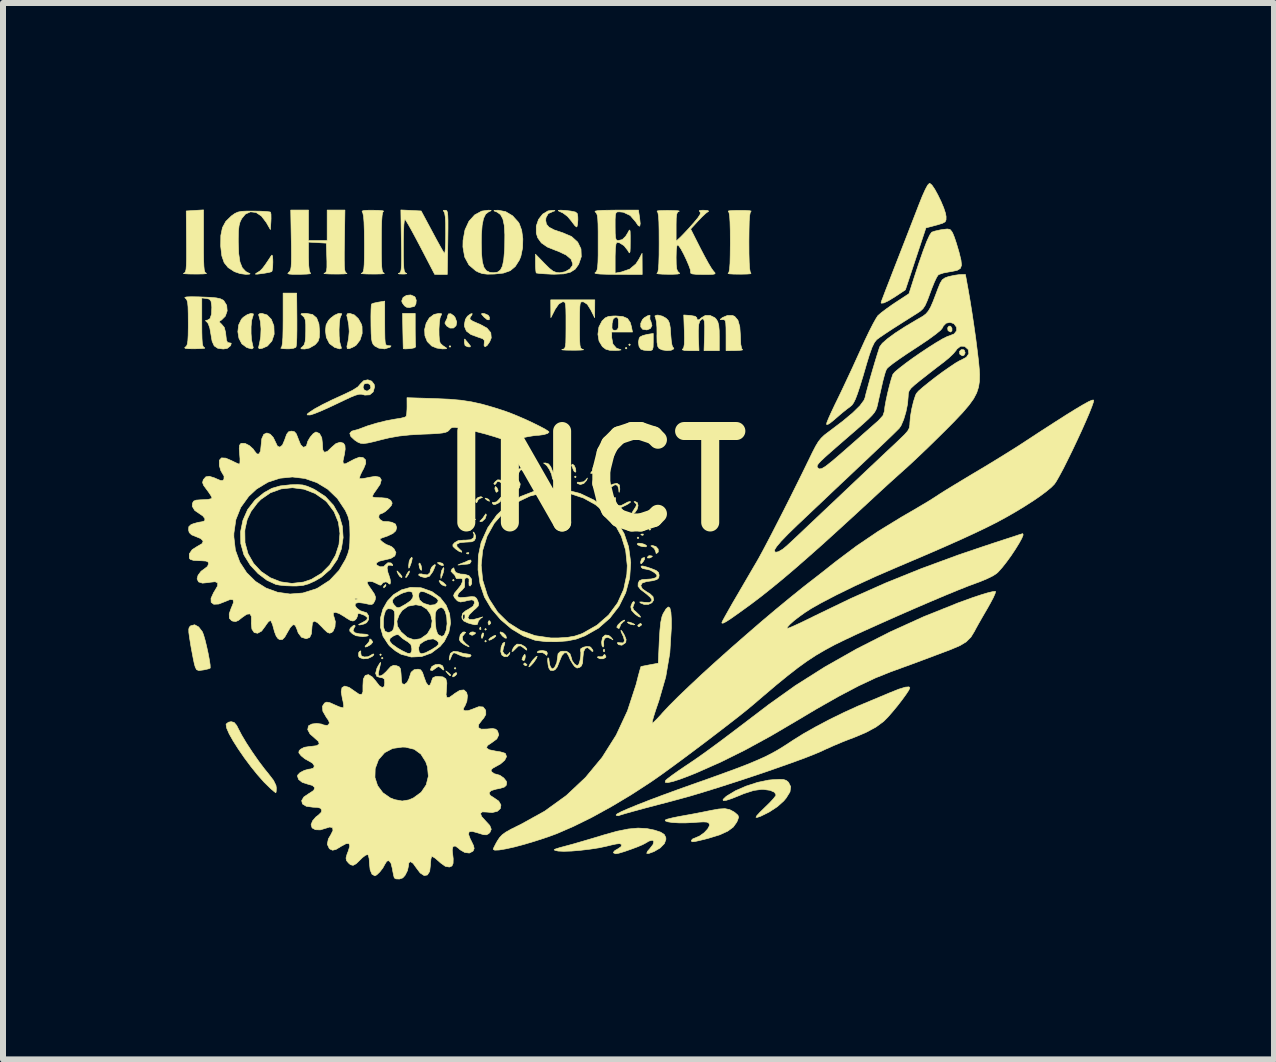
<source format=kicad_pcb>
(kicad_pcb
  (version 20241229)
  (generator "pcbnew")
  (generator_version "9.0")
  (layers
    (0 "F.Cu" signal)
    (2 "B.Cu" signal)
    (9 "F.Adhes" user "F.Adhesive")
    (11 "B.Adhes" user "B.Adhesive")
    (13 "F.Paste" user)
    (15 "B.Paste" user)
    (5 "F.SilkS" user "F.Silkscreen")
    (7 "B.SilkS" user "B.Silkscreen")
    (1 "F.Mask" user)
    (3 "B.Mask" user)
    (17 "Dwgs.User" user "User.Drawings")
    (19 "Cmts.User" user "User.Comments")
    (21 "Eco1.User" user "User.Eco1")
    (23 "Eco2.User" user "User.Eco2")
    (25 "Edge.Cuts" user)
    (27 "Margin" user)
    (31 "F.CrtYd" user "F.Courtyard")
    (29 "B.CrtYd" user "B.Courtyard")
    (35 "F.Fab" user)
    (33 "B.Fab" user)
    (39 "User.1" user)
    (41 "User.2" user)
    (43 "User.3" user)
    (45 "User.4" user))
  (footprint "INCT"
    (layer "F.Cu")
    (at 6.86 4.966)
    (property "Reference" "INCT" (at 0 0 0) (layer "F.SilkS") (effects (font (size 1.524 1.524) (thickness 0.3))))
    (attr through_hole)
    (fp_poly (pts (xy -3.556 2.893) (xy -3.57 2.907) (xy -3.584 2.893) (xy -3.57 2.879) (xy -3.556 2.893)) (stroke (width 0.01) (type solid)) (fill yes) (layer "F.SilkS"))
    (fp_poly (pts (xy -3.528 2.949) (xy -3.542 2.963) (xy -3.556 2.949) (xy -3.542 2.935) (xy -3.528 2.949)) (stroke (width 0.01) (type solid)) (fill yes) (layer "F.SilkS"))
    (fp_poly (pts (xy -2.399 -2.244) (xy -2.413 -2.23) (xy -2.427 -2.244) (xy -2.413 -2.258) (xy -2.399 -2.244)) (stroke (width 0.01) (type solid)) (fill yes) (layer "F.SilkS"))
    (fp_poly (pts (xy -2.342 1.651) (xy -2.357 1.665) (xy -2.371 1.651) (xy -2.357 1.637) (xy -2.342 1.651)) (stroke (width 0.01) (type solid)) (fill yes) (layer "F.SilkS"))
    (fp_poly (pts (xy -2.314 3.119) (xy -2.328 3.133) (xy -2.342 3.119) (xy -2.328 3.104) (xy -2.314 3.119)) (stroke (width 0.01) (type solid)) (fill yes) (layer "F.SilkS"))
    (fp_poly (pts (xy -1.806 2.469) (xy -1.82 2.484) (xy -1.834 2.469) (xy -1.82 2.455) (xy -1.806 2.469)) (stroke (width 0.01) (type solid)) (fill yes) (layer "F.SilkS"))
    (fp_poly (pts (xy -1.806 2.667) (xy -1.82 2.681) (xy -1.834 2.667) (xy -1.82 2.653) (xy -1.806 2.667)) (stroke (width 0.01) (type solid)) (fill yes) (layer "F.SilkS"))
    (fp_poly (pts (xy -0.931 0.014) (xy -0.945 0.028) (xy -0.96 0.014) (xy -0.945 0) (xy -0.931 0.014)) (stroke (width 0.01) (type solid)) (fill yes) (layer "F.SilkS"))
    (fp_poly (pts (xy -0.508 -0.071) (xy -0.522 -0.056) (xy -0.536 -0.071) (xy -0.522 -0.085) (xy -0.508 -0.071)) (stroke (width 0.01) (type solid)) (fill yes) (layer "F.SilkS"))
    (fp_poly (pts (xy -0.31 -0.071) (xy -0.325 -0.056) (xy -0.339 -0.071) (xy -0.325 -0.085) (xy -0.31 -0.071)) (stroke (width 0.01) (type solid)) (fill yes) (layer "F.SilkS"))
    (fp_poly (pts (xy 0.536 -2.215) (xy 0.522 -2.201) (xy 0.508 -2.215) (xy 0.522 -2.23) (xy 0.536 -2.215)) (stroke (width 0.01) (type solid)) (fill yes) (layer "F.SilkS"))
    (fp_poly (pts (xy 0.593 -2.272) (xy 0.579 -2.258) (xy 0.564 -2.272) (xy 0.579 -2.286) (xy 0.593 -2.272)) (stroke (width 0.01) (type solid)) (fill yes) (layer "F.SilkS"))
    (fp_poly (pts (xy 0.734 0.945) (xy 0.72 0.96) (xy 0.706 0.945) (xy 0.72 0.931) (xy 0.734 0.945)) (stroke (width 0.01) (type solid)) (fill yes) (layer "F.SilkS"))
    (fp_poly (pts (xy 0.931 0.72) (xy 0.917 0.734) (xy 0.903 0.72) (xy 0.917 0.706) (xy 0.931 0.72)) (stroke (width 0.01) (type solid)) (fill yes) (layer "F.SilkS"))
    (fp_poly (pts (xy 0.931 0.804) (xy 0.917 0.818) (xy 0.903 0.804) (xy 0.917 0.79) (xy 0.931 0.804)) (stroke (width 0.01) (type solid)) (fill yes) (layer "F.SilkS"))
    (fp_poly (pts (xy -2.098 1.195) (xy -2.102 1.212) (xy -2.117 1.214) (xy -2.14 1.203) (xy -2.135 1.195) (xy -2.102 1.191) (xy -2.098 1.195)) (stroke (width 0.01) (type solid)) (fill yes) (layer "F.SilkS"))
    (fp_poly (pts (xy -1.9 2.437) (xy -1.897 2.47) (xy -1.9 2.474) (xy -1.917 2.47) (xy -1.919 2.455) (xy -1.909 2.432) (xy -1.9 2.437)) (stroke (width 0.01) (type solid)) (fill yes) (layer "F.SilkS"))
    (fp_poly (pts (xy 0.16 2.803) (xy 0.163 2.837) (xy 0.16 2.841) (xy 0.143 2.837) (xy 0.141 2.822) (xy 0.151 2.799) (xy 0.16 2.803)) (stroke (width 0.01) (type solid)) (fill yes) (layer "F.SilkS"))
    (fp_poly (pts (xy 0.809 0.884) (xy 0.805 0.901) (xy 0.79 0.903) (xy 0.767 0.893) (xy 0.771 0.884) (xy 0.805 0.881) (xy 0.809 0.884)) (stroke (width 0.01) (type solid)) (fill yes) (layer "F.SilkS"))
    (fp_poly (pts (xy -2.298 3.196) (xy -2.305 3.222) (xy -2.328 3.245) (xy -2.363 3.263) (xy -2.371 3.251) (xy -2.353 3.214) (xy -2.318 3.192) (xy -2.298 3.196)) (stroke (width 0.01) (type solid)) (fill yes) (layer "F.SilkS"))
    (fp_poly (pts (xy -2.104 0.779) (xy -2.064 0.802) (xy -2.071 0.817) (xy -2.087 0.818) (xy -2.125 0.798) (xy -2.131 0.791) (xy -2.126 0.775) (xy -2.104 0.779)) (stroke (width 0.01) (type solid)) (fill yes) (layer "F.SilkS"))
    (fp_poly (pts (xy -1.851 2.537) (xy -1.854 2.568) (xy -1.873 2.617) (xy -1.887 2.616) (xy -1.891 2.584) (xy -1.875 2.537) (xy -1.865 2.528) (xy -1.851 2.537)) (stroke (width 0.01) (type solid)) (fill yes) (layer "F.SilkS"))
    (fp_poly (pts (xy -1.77 0.303) (xy -1.764 0.31) (xy -1.754 0.336) (xy -1.781 0.326) (xy -1.806 0.31) (xy -1.828 0.288) (xy -1.815 0.283) (xy -1.77 0.303)) (stroke (width 0.01) (type solid)) (fill yes) (layer "F.SilkS"))
    (fp_poly (pts (xy -1.749 2.329) (xy -1.733 2.362) (xy -1.737 2.373) (xy -1.764 2.398) (xy -1.777 2.369) (xy -1.778 2.355) (xy -1.764 2.326) (xy -1.749 2.329)) (stroke (width 0.01) (type solid)) (fill yes) (layer "F.SilkS"))
    (fp_poly (pts (xy 0.623 0.698) (xy 0.66 0.72) (xy 0.661 0.737) (xy 0.625 0.761) (xy 0.589 0.735) (xy 0.584 0.723) (xy 0.587 0.695) (xy 0.623 0.698)) (stroke (width 0.01) (type solid)) (fill yes) (layer "F.SilkS"))
    (fp_poly (pts (xy -3.48 1.74) (xy -3.485 1.75) (xy -3.512 1.777) (xy -3.517 1.778) (xy -3.519 1.76) (xy -3.514 1.75) (xy -3.487 1.723) (xy -3.482 1.722) (xy -3.48 1.74)) (stroke (width 0.01) (type solid)) (fill yes) (layer "F.SilkS"))
    (fp_poly (pts (xy -3.273 1.515) (xy -3.238 1.552) (xy -3.211 1.593) (xy -3.217 1.609) (xy -3.25 1.587) (xy -3.274 1.552) (xy -3.294 1.508) (xy -3.295 1.496) (xy -3.273 1.515)) (stroke (width 0.01) (type solid)) (fill yes) (layer "F.SilkS"))
    (fp_poly (pts (xy -3.089 1.517) (xy -3.104 1.552) (xy -3.134 1.597) (xy -3.149 1.609) (xy -3.149 1.588) (xy -3.133 1.552) (xy -3.104 1.508) (xy -3.088 1.496) (xy -3.089 1.517)) (stroke (width 0.01) (type solid)) (fill yes) (layer "F.SilkS"))
    (fp_poly (pts (xy -2.908 1.376) (xy -2.893 1.411) (xy -2.883 1.465) (xy -2.888 1.486) (xy -2.906 1.475) (xy -2.921 1.439) (xy -2.931 1.386) (xy -2.926 1.365) (xy -2.908 1.376)) (stroke (width 0.01) (type solid)) (fill yes) (layer "F.SilkS"))
    (fp_poly (pts (xy -2.54 1.369) (xy -2.526 1.383) (xy -2.524 1.408) (xy -2.557 1.404) (xy -2.596 1.383) (xy -2.623 1.361) (xy -2.597 1.355) (xy -2.591 1.355) (xy -2.54 1.369)) (stroke (width 0.01) (type solid)) (fill yes) (layer "F.SilkS"))
    (fp_poly (pts (xy -2.469 3.17) (xy -2.448 3.186) (xy -2.409 3.22) (xy -2.399 3.235) (xy -2.413 3.243) (xy -2.45 3.207) (xy -2.459 3.196) (xy -2.483 3.163) (xy -2.469 3.17)) (stroke (width 0.01) (type solid)) (fill yes) (layer "F.SilkS"))
    (fp_poly (pts (xy -1.991 2.523) (xy -1.99 2.54) (xy -2.031 2.566) (xy -2.048 2.568) (xy -2.084 2.552) (xy -2.088 2.54) (xy -2.065 2.517) (xy -2.03 2.512) (xy -1.991 2.523)) (stroke (width 0.01) (type solid)) (fill yes) (layer "F.SilkS"))
    (fp_poly (pts (xy -1.649 2.583) (xy -1.678 2.611) (xy -1.732 2.643) (xy -1.762 2.652) (xy -1.766 2.638) (xy -1.737 2.61) (xy -1.683 2.578) (xy -1.653 2.569) (xy -1.649 2.583)) (stroke (width 0.01) (type solid)) (fill yes) (layer "F.SilkS"))
    (fp_poly (pts (xy -1.634 0.105) (xy -1.612 0.151) (xy -1.613 0.169) (xy -1.636 0.186) (xy -1.645 0.181) (xy -1.663 0.136) (xy -1.665 0.117) (xy -1.656 0.09) (xy -1.634 0.105)) (stroke (width 0.01) (type solid)) (fill yes) (layer "F.SilkS"))
    (fp_poly (pts (xy -1.157 3.034) (xy -1.13 3.059) (xy -1.129 3.064) (xy -1.151 3.076) (xy -1.157 3.076) (xy -1.184 3.055) (xy -1.185 3.046) (xy -1.168 3.029) (xy -1.157 3.034)) (stroke (width 0.01) (type solid)) (fill yes) (layer "F.SilkS"))
    (fp_poly (pts (xy -0.906 -0.114) (xy -0.9 -0.104) (xy -0.882 -0.057) (xy -0.889 -0.034) (xy -0.913 -0.047) (xy -0.929 -0.089) (xy -0.93 -0.111) (xy -0.925 -0.137) (xy -0.906 -0.114)) (stroke (width 0.01) (type solid)) (fill yes) (layer "F.SilkS"))
    (fp_poly (pts (xy -0.439 -0.279) (xy -0.442 -0.248) (xy -0.465 -0.21) (xy -0.496 -0.179) (xy -0.507 -0.183) (xy -0.495 -0.228) (xy -0.468 -0.268) (xy -0.443 -0.282) (xy -0.439 -0.279)) (stroke (width 0.01) (type solid)) (fill yes) (layer "F.SilkS"))
    (fp_poly (pts (xy 0.348 0.282) (xy 0.345 0.325) (xy 0.329 0.383) (xy 0.316 0.389) (xy 0.31 0.343) (xy 0.31 0.34) (xy 0.321 0.288) (xy 0.335 0.271) (xy 0.348 0.282)) (stroke (width 0.01) (type solid)) (fill yes) (layer "F.SilkS"))
    (fp_poly (pts (xy 0.583 0.61) (xy 0.579 0.621) (xy 0.553 0.648) (xy 0.549 0.649) (xy 0.537 0.627) (xy 0.536 0.621) (xy 0.558 0.594) (xy 0.566 0.593) (xy 0.583 0.61)) (stroke (width 0.01) (type solid)) (fill yes) (layer "F.SilkS"))
    (fp_poly (pts (xy 0.615 2.363) (xy 0.635 2.371) (xy 0.667 2.39) (xy 0.649 2.396) (xy 0.589 2.383) (xy 0.564 2.371) (xy 0.542 2.35) (xy 0.563 2.347) (xy 0.615 2.363)) (stroke (width 0.01) (type solid)) (fill yes) (layer "F.SilkS"))
    (fp_poly (pts (xy 0.781 2.388) (xy 0.776 2.399) (xy 0.739 2.426) (xy 0.73 2.427) (xy 0.715 2.41) (xy 0.72 2.399) (xy 0.757 2.372) (xy 0.765 2.371) (xy 0.781 2.388)) (stroke (width 0.01) (type solid)) (fill yes) (layer "F.SilkS"))
    (fp_poly (pts (xy 0.831 1.299) (xy 0.805 1.343) (xy 0.774 1.378) (xy 0.764 1.368) (xy 0.763 1.349) (xy 0.778 1.298) (xy 0.792 1.283) (xy 0.828 1.272) (xy 0.831 1.299)) (stroke (width 0.01) (type solid)) (fill yes) (layer "F.SilkS"))
    (fp_poly (pts (xy 0.854 0.687) (xy 0.855 0.696) (xy 0.811 0.7) (xy 0.804 0.7) (xy 0.761 0.696) (xy 0.765 0.687) (xy 0.77 0.686) (xy 0.831 0.682) (xy 0.854 0.687)) (stroke (width 0.01) (type solid)) (fill yes) (layer "F.SilkS"))
    (fp_poly (pts (xy 0.955 1.248) (xy 0.96 1.253) (xy 0.937 1.271) (xy 0.917 1.28) (xy 0.881 1.281) (xy 0.875 1.269) (xy 0.898 1.245) (xy 0.917 1.242) (xy 0.955 1.248)) (stroke (width 0.01) (type solid)) (fill yes) (layer "F.SilkS"))
    (fp_poly (pts (xy 5.929 -2.581) (xy 5.951 -2.546) (xy 5.951 -2.504) (xy 5.928 -2.484) (xy 5.89 -2.504) (xy 5.884 -2.512) (xy 5.879 -2.554) (xy 5.901 -2.583) (xy 5.929 -2.581)) (stroke (width 0.01) (type solid)) (fill yes) (layer "F.SilkS"))
    (fp_poly (pts (xy -2.537 1.68) (xy -2.516 1.696) (xy -2.476 1.735) (xy -2.487 1.75) (xy -2.491 1.75) (xy -2.543 1.73) (xy -2.569 1.707) (xy -2.595 1.664) (xy -2.582 1.655) (xy -2.537 1.68)) (stroke (width 0.01) (type solid)) (fill yes) (layer "F.SilkS"))
    (fp_poly (pts (xy -2.514 1.46) (xy -2.514 1.468) (xy -2.526 1.528) (xy -2.54 1.566) (xy -2.564 1.623) (xy -2.566 1.566) (xy -2.554 1.497) (xy -2.54 1.468) (xy -2.518 1.439) (xy -2.514 1.46)) (stroke (width 0.01) (type solid)) (fill yes) (layer "F.SilkS"))
    (fp_poly (pts (xy -2.144 -2.34) (xy -2.106 -2.295) (xy -2.072 -2.251) (xy -2.076 -2.236) (xy -2.114 -2.237) (xy -2.161 -2.258) (xy -2.173 -2.311) (xy -2.171 -2.359) (xy -2.166 -2.368) (xy -2.144 -2.34)) (stroke (width 0.01) (type solid)) (fill yes) (layer "F.SilkS"))
    (fp_poly (pts (xy -1.835 -2.79) (xy -1.777 -2.764) (xy -1.755 -2.731) (xy -1.759 -2.688) (xy -1.791 -2.689) (xy -1.845 -2.733) (xy -1.851 -2.74) (xy -1.887 -2.782) (xy -1.88 -2.795) (xy -1.835 -2.79)) (stroke (width 0.01) (type solid)) (fill yes) (layer "F.SilkS"))
    (fp_poly (pts (xy -1.158 2.913) (xy -1.158 2.928) (xy -1.168 2.978) (xy -1.185 2.992) (xy -1.212 2.975) (xy -1.213 2.97) (xy -1.199 2.931) (xy -1.185 2.907) (xy -1.165 2.885) (xy -1.158 2.913)) (stroke (width 0.01) (type solid)) (fill yes) (layer "F.SilkS"))
    (fp_poly (pts (xy 0.778 1.038) (xy 0.831 1.054) (xy 0.863 1.076) (xy 0.856 1.095) (xy 0.801 1.092) (xy 0.755 1.081) (xy 0.713 1.06) (xy 0.706 1.046) (xy 0.728 1.034) (xy 0.778 1.038)) (stroke (width 0.01) (type solid)) (fill yes) (layer "F.SilkS"))
    (fp_poly (pts (xy 6.148 -2.188) (xy 6.156 -2.181) (xy 6.171 -2.137) (xy 6.151 -2.097) (xy 6.124 -2.088) (xy 6.088 -2.109) (xy 6.08 -2.119) (xy 6.077 -2.162) (xy 6.107 -2.191) (xy 6.148 -2.188)) (stroke (width 0.01) (type solid)) (fill yes) (layer "F.SilkS"))
    (fp_poly (pts (xy -3.041 1.283) (xy -3.051 1.337) (xy -3.066 1.383) (xy -3.089 1.442) (xy -3.099 1.45) (xy -3.102 1.412) (xy -3.102 1.411) (xy -3.093 1.339) (xy -3.077 1.299) (xy -3.05 1.268) (xy -3.041 1.283)) (stroke (width 0.01) (type solid)) (fill yes) (layer "F.SilkS"))
    (fp_poly (pts (xy -1.885 0.263) (xy -1.871 0.276) (xy -1.896 0.28) (xy -1.941 0.306) (xy -1.953 0.332) (xy -1.968 0.361) (xy -1.983 0.349) (xy -1.982 0.309) (xy -1.947 0.273) (xy -1.899 0.26) (xy -1.885 0.263)) (stroke (width 0.01) (type solid)) (fill yes) (layer "F.SilkS"))
    (fp_poly (pts (xy -1.807 0.561) (xy -1.807 0.566) (xy -1.827 0.625) (xy -1.873 0.669) (xy -1.904 0.677) (xy -1.916 0.667) (xy -1.903 0.656) (xy -1.865 0.616) (xy -1.84 0.579) (xy -1.816 0.545) (xy -1.807 0.561)) (stroke (width 0.01) (type solid)) (fill yes) (layer "F.SilkS"))
    (fp_poly (pts (xy -1.523 2.531) (xy -1.483 2.572) (xy -1.471 2.613) (xy -1.472 2.617) (xy -1.496 2.615) (xy -1.54 2.58) (xy -1.544 2.575) (xy -1.58 2.529) (xy -1.571 2.512) (xy -1.569 2.512) (xy -1.523 2.531)) (stroke (width 0.01) (type solid)) (fill yes) (layer "F.SilkS"))
    (fp_poly (pts (xy -0.342 -0.259) (xy -0.32 -0.209) (xy -0.315 -0.161) (xy -0.321 -0.149) (xy -0.342 -0.158) (xy -0.356 -0.186) (xy -0.378 -0.241) (xy -0.387 -0.261) (xy -0.378 -0.281) (xy -0.37 -0.282) (xy -0.342 -0.259)) (stroke (width 0.01) (type solid)) (fill yes) (layer "F.SilkS"))
    (fp_poly (pts (xy -3.718 2.649) (xy -3.7 2.683) (xy -3.729 2.719) (xy -3.738 2.725) (xy -3.792 2.757) (xy -3.822 2.765) (xy -3.828 2.751) (xy -3.803 2.726) (xy -3.763 2.68) (xy -3.754 2.651) (xy -3.746 2.628) (xy -3.718 2.649)) (stroke (width 0.01) (type solid)) (fill yes) (layer "F.SilkS"))
    (fp_poly (pts (xy -1.272 -0.01) (xy -1.242 0.047) (xy -1.253 0.109) (xy -1.297 0.153) (xy -1.326 0.16) (xy -1.362 0.16) (xy -1.349 0.152) (xy -1.3 0.112) (xy -1.277 0.047) (xy -1.286 -0.007) (xy -1.294 -0.028) (xy -1.272 -0.01)) (stroke (width 0.01) (type solid)) (fill yes) (layer "F.SilkS"))
    (fp_poly (pts (xy -0.125 -0.041) (xy -0.141 -0.007) (xy -0.184 0.04) (xy -0.241 0.057) (xy -0.289 0.039) (xy -0.295 0.031) (xy -0.286 0.017) (xy -0.253 0.02) (xy -0.186 0.011) (xy -0.152 -0.018) (xy -0.123 -0.052) (xy -0.125 -0.041)) (stroke (width 0.01) (type solid)) (fill yes) (layer "F.SilkS"))
    (fp_poly (pts (xy 0.17 2.893) (xy 0.186 2.927) (xy 0.182 2.937) (xy 0.141 2.96) (xy 0.084 2.96) (xy 0.044 2.938) (xy 0.053 2.923) (xy 0.085 2.927) (xy 0.131 2.926) (xy 0.141 2.909) (xy 0.158 2.889) (xy 0.17 2.893)) (stroke (width 0.01) (type solid)) (fill yes) (layer "F.SilkS"))
    (fp_poly (pts (xy 1.02 1.091) (xy 1.056 1.132) (xy 1.058 1.178) (xy 1.049 1.192) (xy 1.022 1.207) (xy 1.016 1.178) (xy 0.994 1.127) (xy 0.967 1.103) (xy 0.934 1.08) (xy 0.951 1.074) (xy 0.963 1.073) (xy 1.02 1.091)) (stroke (width 0.01) (type solid)) (fill yes) (layer "F.SilkS"))
    (fp_poly (pts (xy -2.06 1.339) (xy -2.084 1.375) (xy -2.124 1.383) (xy -2.204 1.389) (xy -2.258 1.397) (xy -2.28 1.398) (xy -2.253 1.384) (xy -2.23 1.375) (xy -2.154 1.346) (xy -2.1 1.32) (xy -2.095 1.318) (xy -2.066 1.315) (xy -2.06 1.339)) (stroke (width 0.01) (type solid)) (fill yes) (layer "F.SilkS"))
    (fp_poly (pts (xy -1.553 0.274) (xy -1.552 0.289) (xy -1.575 0.34) (xy -1.607 0.366) (xy -1.663 0.391) (xy -1.692 0.387) (xy -1.707 0.367) (xy -1.703 0.351) (xy -1.684 0.355) (xy -1.638 0.346) (xy -1.597 0.306) (xy -1.565 0.267) (xy -1.553 0.274)) (stroke (width 0.01) (type solid)) (fill yes) (layer "F.SilkS"))
    (fp_poly (pts (xy -0.96 2.921) (xy -0.976 2.959) (xy -1.017 3.019) (xy -1.029 3.034) (xy -1.072 3.08) (xy -1.097 3.095) (xy -1.099 3.09) (xy -1.082 3.052) (xy -1.041 2.992) (xy -1.029 2.977) (xy -0.986 2.931) (xy -0.962 2.917) (xy -0.96 2.921)) (stroke (width 0.01) (type solid)) (fill yes) (layer "F.SilkS"))
    (fp_poly (pts (xy -0.808 2.835) (xy -0.79 2.865) (xy -0.8 2.904) (xy -0.825 2.889) (xy -0.834 2.876) (xy -0.873 2.857) (xy -0.906 2.859) (xy -0.95 2.86) (xy -0.96 2.848) (xy -0.935 2.83) (xy -0.876 2.822) (xy -0.875 2.822) (xy -0.808 2.835)) (stroke (width 0.01) (type solid)) (fill yes) (layer "F.SilkS"))
    (fp_poly (pts (xy 0.498 2.327) (xy 0.473 2.345) (xy 0.432 2.387) (xy 0.423 2.414) (xy 0.408 2.451) (xy 0.395 2.455) (xy 0.368 2.437) (xy 0.367 2.431) (xy 0.387 2.394) (xy 0.433 2.349) (xy 0.481 2.318) (xy 0.496 2.315) (xy 0.498 2.327)) (stroke (width 0.01) (type solid)) (fill yes) (layer "F.SilkS"))
    (fp_poly (pts (xy -2.349 -2.754) (xy -2.327 -2.725) (xy -2.3 -2.65) (xy -2.312 -2.589) (xy -2.354 -2.551) (xy -2.413 -2.55) (xy -2.469 -2.586) (xy -2.498 -2.633) (xy -2.485 -2.662) (xy -2.459 -2.715) (xy -2.455 -2.743) (xy -2.439 -2.786) (xy -2.399 -2.789) (xy -2.349 -2.754)) (stroke (width 0.01) (type solid)) (fill yes) (layer "F.SilkS"))
    (fp_poly (pts (xy -2.033 0.607) (xy -2.004 0.624) (xy -1.987 0.642) (xy -2.017 0.644) (xy -2.052 0.638) (xy -2.119 0.635) (xy -2.159 0.649) (xy -2.16 0.65) (xy -2.197 0.676) (xy -2.205 0.677) (xy -2.211 0.662) (xy -2.191 0.635) (xy -2.117 0.597) (xy -2.033 0.607)) (stroke (width 0.01) (type solid)) (fill yes) (layer "F.SilkS"))
    (fp_poly (pts (xy 0.596 0.35) (xy 0.559 0.378) (xy 0.529 0.395) (xy 0.438 0.439) (xy 0.386 0.449) (xy 0.367 0.427) (xy 0.367 0.422) (xy 0.384 0.405) (xy 0.395 0.409) (xy 0.437 0.408) (xy 0.486 0.383) (xy 0.549 0.349) (xy 0.591 0.339) (xy 0.596 0.35)) (stroke (width 0.01) (type solid)) (fill yes) (layer "F.SilkS"))
    (fp_poly (pts (xy 0.709 0.359) (xy 0.721 0.407) (xy 0.707 0.467) (xy 0.67 0.522) (xy 0.629 0.549) (xy 0.615 0.541) (xy 0.638 0.496) (xy 0.651 0.477) (xy 0.689 0.416) (xy 0.692 0.382) (xy 0.674 0.364) (xy 0.654 0.343) (xy 0.669 0.339) (xy 0.709 0.359)) (stroke (width 0.01) (type solid)) (fill yes) (layer "F.SilkS"))
    (fp_poly (pts (xy -2.543 3.071) (xy -2.529 3.093) (xy -2.513 3.144) (xy -2.526 3.147) (xy -2.557 3.119) (xy -2.598 3.089) (xy -2.633 3.102) (xy -2.651 3.117) (xy -2.706 3.156) (xy -2.735 3.152) (xy -2.738 3.138) (xy -2.715 3.089) (xy -2.66 3.059) (xy -2.596 3.051) (xy -2.543 3.071)) (stroke (width 0.01) (type solid)) (fill yes) (layer "F.SilkS"))
    (fp_poly (pts (xy 0.92 -2.742) (xy 0.918 -2.739) (xy 0.918 -2.696) (xy 0.936 -2.656) (xy 0.953 -2.591) (xy 0.926 -2.542) (xy 0.868 -2.519) (xy 0.797 -2.53) (xy 0.766 -2.569) (xy 0.766 -2.63) (xy 0.795 -2.692) (xy 0.825 -2.722) (xy 0.885 -2.757) (xy 0.92 -2.764) (xy 0.92 -2.742)) (stroke (width 0.01) (type solid)) (fill yes) (layer "F.SilkS"))
    (fp_poly (pts (xy -3.004 -3.075) (xy -2.993 -3.063) (xy -2.975 -3.014) (xy -2.98 -2.956) (xy -3.002 -2.914) (xy -3.019 -2.907) (xy -3.065 -2.898) (xy -3.084 -2.891) (xy -3.135 -2.897) (xy -3.171 -2.921) (xy -3.208 -2.972) (xy -3.217 -3.002) (xy -3.194 -3.06) (xy -3.137 -3.095) (xy -3.067 -3.102) (xy -3.004 -3.075)) (stroke (width 0.01) (type solid)) (fill yes) (layer "F.SilkS"))
    (fp_poly (pts (xy -2.15 2.521) (xy -2.161 2.533) (xy -2.207 2.59) (xy -2.199 2.654) (xy -2.151 2.707) (xy -2.099 2.749) (xy -2.094 2.762) (xy -2.137 2.744) (xy -2.18 2.721) (xy -2.235 2.68) (xy -2.258 2.641) (xy -2.258 2.64) (xy -2.242 2.562) (xy -2.201 2.517) (xy -2.177 2.512) (xy -2.15 2.521)) (stroke (width 0.01) (type solid)) (fill yes) (layer "F.SilkS"))
    (fp_poly (pts (xy 0.411 0.065) (xy 0.417 0.136) (xy 0.415 0.145) (xy 0.406 0.187) (xy 0.402 0.176) (xy 0.399 0.134) (xy 0.38 0.072) (xy 0.337 0.059) (xy 0.288 0.09) (xy 0.251 0.11) (xy 0.237 0.105) (xy 0.246 0.082) (xy 0.293 0.053) (xy 0.293 0.053) (xy 0.368 0.036) (xy 0.411 0.065)) (stroke (width 0.01) (type solid)) (fill yes) (layer "F.SilkS"))
    (fp_poly (pts (xy 0.974 -2.317) (xy 0.972 -2.232) (xy 0.961 -2.19) (xy 0.932 -2.175) (xy 0.889 -2.174) (xy 0.815 -2.182) (xy 0.766 -2.199) (xy 0.737 -2.245) (xy 0.727 -2.315) (xy 0.74 -2.381) (xy 0.754 -2.402) (xy 0.799 -2.425) (xy 0.871 -2.444) (xy 0.877 -2.445) (xy 0.974 -2.46) (xy 0.974 -2.317)) (stroke (width 0.01) (type solid)) (fill yes) (layer "F.SilkS"))
    (fp_poly (pts (xy -3.899 2.865) (xy -3.891 2.911) (xy -3.842 2.93) (xy -3.778 2.926) (xy -3.745 2.909) (xy -3.699 2.882) (xy -3.684 2.88) (xy -3.681 2.894) (xy -3.71 2.922) (xy -3.781 2.955) (xy -3.858 2.961) (xy -3.917 2.94) (xy -3.935 2.916) (xy -3.935 2.861) (xy -3.921 2.839) (xy -3.899 2.828) (xy -3.899 2.865)) (stroke (width 0.01) (type solid)) (fill yes) (layer "F.SilkS"))
    (fp_poly (pts (xy -2.656 1.404) (xy -2.678 1.46) (xy -2.7 1.509) (xy -2.755 1.585) (xy -2.826 1.608) (xy -2.9 1.59) (xy -2.936 1.565) (xy -2.927 1.547) (xy -2.885 1.546) (xy -2.86 1.554) (xy -2.788 1.563) (xy -2.746 1.526) (xy -2.738 1.478) (xy -2.718 1.435) (xy -2.695 1.411) (xy -2.662 1.389) (xy -2.656 1.404)) (stroke (width 0.01) (type solid)) (fill yes) (layer "F.SilkS"))
    (fp_poly (pts (xy -1.573 -0.017) (xy -1.537 0.001) (xy -1.473 0.047) (xy -1.436 0.091) (xy -1.418 0.129) (xy -1.426 0.134) (xy -1.465 0.103) (xy -1.504 0.07) (xy -1.578 0.015) (xy -1.623 0.002) (xy -1.637 0.028) (xy -1.659 0.055) (xy -1.671 0.056) (xy -1.683 0.042) (xy -1.658 0.009) (xy -1.617 -0.022) (xy -1.573 -0.017)) (stroke (width 0.01) (type solid)) (fill yes) (layer "F.SilkS"))
    (fp_poly (pts (xy 0.231 2.57) (xy 0.272 2.604) (xy 0.303 2.643) (xy 0.297 2.644) (xy 0.276 2.628) (xy 0.212 2.602) (xy 0.163 2.62) (xy 0.146 2.676) (xy 0.148 2.696) (xy 0.15 2.748) (xy 0.137 2.766) (xy 0.12 2.741) (xy 0.113 2.682) (xy 0.113 2.682) (xy 0.13 2.603) (xy 0.174 2.564) (xy 0.231 2.57)) (stroke (width 0.01) (type solid)) (fill yes) (layer "F.SilkS"))
    (fp_poly (pts (xy 0.663 2.024) (xy 0.647 2.064) (xy 0.632 2.109) (xy 0.651 2.148) (xy 0.696 2.188) (xy 0.744 2.234) (xy 0.763 2.264) (xy 0.762 2.267) (xy 0.734 2.26) (xy 0.682 2.224) (xy 0.667 2.212) (xy 0.613 2.153) (xy 0.6 2.097) (xy 0.605 2.073) (xy 0.628 2.021) (xy 0.651 2.004) (xy 0.663 2.024)) (stroke (width 0.01) (type solid)) (fill yes) (layer "F.SilkS"))
    (fp_poly (pts (xy -1.501 2.714) (xy -1.522 2.776) (xy -1.534 2.84) (xy -1.506 2.882) (xy -1.466 2.902) (xy -1.435 2.877) (xy -1.414 2.851) (xy -1.417 2.874) (xy -1.418 2.879) (xy -1.453 2.922) (xy -1.507 2.925) (xy -1.549 2.897) (xy -1.567 2.841) (xy -1.561 2.767) (xy -1.536 2.707) (xy -1.521 2.693) (xy -1.499 2.687) (xy -1.501 2.714)) (stroke (width 0.01) (type solid)) (fill yes) (layer "F.SilkS"))
    (fp_poly (pts (xy -1.242 2.719) (xy -1.223 2.725) (xy -1.163 2.759) (xy -1.134 2.794) (xy -1.133 2.817) (xy -1.16 2.801) (xy -1.176 2.787) (xy -1.232 2.746) (xy -1.274 2.748) (xy -1.323 2.796) (xy -1.328 2.801) (xy -1.365 2.837) (xy -1.381 2.837) (xy -1.381 2.836) (xy -1.365 2.794) (xy -1.34 2.753) (xy -1.297 2.716) (xy -1.242 2.719)) (stroke (width 0.01) (type solid)) (fill yes) (layer "F.SilkS"))
    (fp_poly (pts (xy -3.992 2.416) (xy -4.009 2.442) (xy -4.028 2.492) (xy -3.996 2.527) (xy -3.917 2.545) (xy -3.883 2.546) (xy -3.804 2.552) (xy -3.771 2.566) (xy -3.788 2.581) (xy -3.857 2.591) (xy -3.865 2.592) (xy -3.979 2.576) (xy -4.039 2.543) (xy -4.082 2.5) (xy -4.082 2.467) (xy -4.067 2.444) (xy -4.024 2.407) (xy -4.001 2.399) (xy -3.992 2.416)) (stroke (width 0.01) (type solid)) (fill yes) (layer "F.SilkS"))
    (fp_poly (pts (xy -3.097 -2.794) (xy -2.992 -2.794) (xy -2.992 -2.526) (xy -2.991 -2.408) (xy -2.989 -2.311) (xy -2.986 -2.25) (xy -2.985 -2.237) (xy -3.005 -2.221) (xy -3.063 -2.209) (xy -3.083 -2.207) (xy -3.152 -2.203) (xy -3.189 -2.205) (xy -3.191 -2.207) (xy -3.192 -2.237) (xy -3.194 -2.311) (xy -3.196 -2.417) (xy -3.198 -2.505) (xy -3.203 -2.794) (xy -3.097 -2.794)) (stroke (width 0.01) (type solid)) (fill yes) (layer "F.SilkS"))
    (fp_poly (pts (xy -0.77 -0.286) (xy -0.734 -0.24) (xy -0.706 -0.17) (xy -0.663 -0.079) (xy -0.612 -0.032) (xy -0.592 -0.025) (xy -0.55 -0.012) (xy -0.557 -0.006) (xy -0.614 -0.003) (xy -0.681 -0.01) (xy -0.705 -0.039) (xy -0.706 -0.045) (xy -0.72 -0.115) (xy -0.756 -0.193) (xy -0.801 -0.26) (xy -0.842 -0.293) (xy -0.854 -0.301) (xy -0.819 -0.302) (xy -0.77 -0.286)) (stroke (width 0.01) (type solid)) (fill yes) (layer "F.SilkS"))
    (fp_poly (pts (xy 0.457 2.506) (xy 0.49 2.561) (xy 0.495 2.57) (xy 0.522 2.639) (xy 0.516 2.684) (xy 0.506 2.697) (xy 0.452 2.734) (xy 0.398 2.726) (xy 0.379 2.706) (xy 0.381 2.687) (xy 0.417 2.693) (xy 0.475 2.696) (xy 0.495 2.66) (xy 0.476 2.589) (xy 0.466 2.569) (xy 0.44 2.512) (xy 0.435 2.484) (xy 0.436 2.484) (xy 0.457 2.506)) (stroke (width 0.01) (type solid)) (fill yes) (layer "F.SilkS"))
    (fp_poly (pts (xy -5.459 -2.768) (xy -5.39 -2.696) (xy -5.348 -2.59) (xy -5.347 -2.584) (xy -5.342 -2.448) (xy -5.38 -2.334) (xy -5.454 -2.251) (xy -5.537 -2.214) (xy -5.588 -2.205) (xy -5.603 -2.221) (xy -5.591 -2.275) (xy -5.587 -2.29) (xy -5.566 -2.405) (xy -5.561 -2.536) (xy -5.571 -2.656) (xy -5.587 -2.722) (xy -5.602 -2.774) (xy -5.581 -2.792) (xy -5.545 -2.794) (xy -5.459 -2.768)) (stroke (width 0.01) (type solid)) (fill yes) (layer "F.SilkS"))
    (fp_poly (pts (xy -5.369 -3.751) (xy -5.365 -3.691) (xy -5.364 -3.649) (xy -5.367 -3.564) (xy -5.376 -3.505) (xy -5.383 -3.49) (xy -5.422 -3.479) (xy -5.496 -3.465) (xy -5.546 -3.458) (xy -5.625 -3.448) (xy -5.655 -3.449) (xy -5.643 -3.462) (xy -5.617 -3.477) (xy -5.577 -3.503) (xy -5.537 -3.543) (xy -5.489 -3.607) (xy -5.423 -3.705) (xy -5.399 -3.743) (xy -5.38 -3.766) (xy -5.369 -3.751)) (stroke (width 0.01) (type solid)) (fill yes) (layer "F.SilkS"))
    (fp_poly (pts (xy -2.275 2.844) (xy -2.27 2.846) (xy -2.189 2.871) (xy -2.129 2.879) (xy -2.077 2.888) (xy -2.06 2.907) (xy -2.083 2.93) (xy -2.141 2.932) (xy -2.217 2.914) (xy -2.269 2.892) (xy -2.33 2.863) (xy -2.361 2.866) (xy -2.385 2.908) (xy -2.396 2.936) (xy -2.416 2.982) (xy -2.424 2.977) (xy -2.425 2.946) (xy -2.406 2.871) (xy -2.352 2.835) (xy -2.275 2.844)) (stroke (width 0.01) (type solid)) (fill yes) (layer "F.SilkS"))
    (fp_poly (pts (xy -4.965 -2.928) (xy -4.963 -2.699) (xy -4.963 -2.521) (xy -4.965 -2.389) (xy -4.969 -2.3) (xy -4.975 -2.248) (xy -4.981 -2.23) (xy -5.017 -2.214) (xy -5.09 -2.204) (xy -5.131 -2.204) (xy -5.2 -2.207) (xy -5.232 -2.215) (xy -5.228 -2.22) (xy -5.214 -2.242) (xy -5.204 -2.299) (xy -5.197 -2.396) (xy -5.194 -2.54) (xy -5.193 -2.683) (xy -5.193 -3.133) (xy -4.967 -3.133) (xy -4.965 -2.928)) (stroke (width 0.01) (type solid)) (fill yes) (layer "F.SilkS"))
    (fp_poly (pts (xy -1.179 -0.191) (xy -1.137 -0.15) (xy -1.081 -0.081) (xy -1.032 -0.023) (xy -1.031 -0.021) (xy -0.993 0.031) (xy -0.997 0.054) (xy -1.012 0.056) (xy -1.039 0.035) (xy -1.084 -0.022) (xy -1.116 -0.071) (xy -1.174 -0.154) (xy -1.214 -0.19) (xy -1.243 -0.182) (xy -1.269 -0.134) (xy -1.288 -0.09) (xy -1.295 -0.097) (xy -1.296 -0.131) (xy -1.281 -0.192) (xy -1.237 -0.212) (xy -1.179 -0.191)) (stroke (width 0.01) (type solid)) (fill yes) (layer "F.SilkS"))
    (fp_poly (pts (xy -0.488 -4.51) (xy -0.396 -4.499) (xy -0.388 -4.497) (xy -0.322 -4.483) (xy -0.292 -4.458) (xy -0.283 -4.404) (xy -0.282 -4.357) (xy -0.287 -4.282) (xy -0.297 -4.239) (xy -0.303 -4.234) (xy -0.33 -4.255) (xy -0.373 -4.31) (xy -0.39 -4.334) (xy -0.454 -4.41) (xy -0.53 -4.467) (xy -0.545 -4.474) (xy -0.601 -4.5) (xy -0.609 -4.511) (xy -0.57 -4.514) (xy -0.564 -4.514) (xy -0.488 -4.51)) (stroke (width 0.01) (type solid)) (fill yes) (layer "F.SilkS"))
    (fp_poly (pts (xy -5.688 -2.786) (xy -5.694 -2.752) (xy -5.7 -2.739) (xy -5.718 -2.674) (xy -5.727 -2.573) (xy -5.727 -2.459) (xy -5.719 -2.352) (xy -5.702 -2.274) (xy -5.69 -2.221) (xy -5.712 -2.203) (xy -5.774 -2.218) (xy -5.805 -2.23) (xy -5.881 -2.288) (xy -5.929 -2.38) (xy -5.947 -2.49) (xy -5.934 -2.601) (xy -5.888 -2.697) (xy -5.856 -2.73) (xy -5.79 -2.774) (xy -5.729 -2.794) (xy -5.727 -2.794) (xy -5.688 -2.786)) (stroke (width 0.01) (type solid)) (fill yes) (layer "F.SilkS"))
    (fp_poly (pts (xy -4.006 -2.769) (xy -3.937 -2.703) (xy -3.888 -2.613) (xy -3.878 -2.576) (xy -3.876 -2.461) (xy -3.911 -2.351) (xy -3.974 -2.267) (xy -4.009 -2.243) (xy -4.086 -2.208) (xy -4.124 -2.208) (xy -4.13 -2.246) (xy -4.118 -2.293) (xy -4.101 -2.385) (xy -4.092 -2.488) (xy -4.092 -2.498) (xy -4.099 -2.599) (xy -4.116 -2.694) (xy -4.118 -2.702) (xy -4.133 -2.764) (xy -4.121 -2.789) (xy -4.081 -2.794) (xy -4.006 -2.769)) (stroke (width 0.01) (type solid)) (fill yes) (layer "F.SilkS"))
    (fp_poly (pts (xy -4.215 -2.788) (xy -4.222 -2.766) (xy -4.228 -2.76) (xy -4.245 -2.714) (xy -4.256 -2.63) (xy -4.261 -2.524) (xy -4.259 -2.416) (xy -4.25 -2.321) (xy -4.234 -2.258) (xy -4.232 -2.256) (xy -4.221 -2.213) (xy -4.252 -2.203) (xy -4.327 -2.226) (xy -4.336 -2.229) (xy -4.421 -2.292) (xy -4.473 -2.395) (xy -4.487 -2.506) (xy -4.477 -2.602) (xy -4.439 -2.674) (xy -4.405 -2.712) (xy -4.337 -2.764) (xy -4.272 -2.793) (xy -4.258 -2.794) (xy -4.215 -2.788)) (stroke (width 0.01) (type solid)) (fill yes) (layer "F.SilkS"))
    (fp_poly (pts (xy -2.552 -2.788) (xy -2.555 -2.768) (xy -2.563 -2.76) (xy -2.579 -2.717) (xy -2.59 -2.635) (xy -2.596 -2.534) (xy -2.595 -2.432) (xy -2.589 -2.347) (xy -2.575 -2.298) (xy -2.535 -2.26) (xy -2.498 -2.235) (xy -2.467 -2.214) (xy -2.479 -2.205) (xy -2.54 -2.203) (xy -2.634 -2.217) (xy -2.717 -2.251) (xy -2.791 -2.325) (xy -2.83 -2.422) (xy -2.835 -2.528) (xy -2.809 -2.632) (xy -2.757 -2.719) (xy -2.679 -2.777) (xy -2.599 -2.794) (xy -2.552 -2.788)) (stroke (width 0.01) (type solid)) (fill yes) (layer "F.SilkS"))
    (fp_poly (pts (xy 2.295 -2.76) (xy 2.331 -2.744) (xy 2.385 -2.68) (xy 2.416 -2.571) (xy 2.427 -2.412) (xy 2.427 -2.403) (xy 2.432 -2.278) (xy 2.448 -2.207) (xy 2.462 -2.192) (xy 2.457 -2.184) (xy 2.407 -2.178) (xy 2.342 -2.175) (xy 2.187 -2.173) (xy 2.187 -2.434) (xy 2.186 -2.557) (xy 2.182 -2.633) (xy 2.173 -2.674) (xy 2.155 -2.689) (xy 2.131 -2.69) (xy 2.092 -2.689) (xy 2.099 -2.703) (xy 2.129 -2.726) (xy 2.21 -2.76) (xy 2.295 -2.76)) (stroke (width 0.01) (type solid)) (fill yes) (layer "F.SilkS"))
    (fp_poly (pts (xy -4.702 -2.776) (xy -4.634 -2.718) (xy -4.596 -2.618) (xy -4.586 -2.489) (xy -4.59 -2.394) (xy -4.608 -2.333) (xy -4.648 -2.285) (xy -4.665 -2.269) (xy -4.756 -2.217) (xy -4.833 -2.201) (xy -4.89 -2.204) (xy -4.898 -2.216) (xy -4.87 -2.239) (xy -4.843 -2.27) (xy -4.826 -2.323) (xy -4.818 -2.412) (xy -4.816 -2.495) (xy -4.816 -2.61) (xy -4.823 -2.682) (xy -4.839 -2.726) (xy -4.867 -2.754) (xy -4.896 -2.779) (xy -4.887 -2.791) (xy -4.833 -2.794) (xy -4.804 -2.794) (xy -4.702 -2.776)) (stroke (width 0.01) (type solid)) (fill yes) (layer "F.SilkS"))
    (fp_poly (pts (xy 0.027 -0.164) (xy 0.055 -0.114) (xy 0.067 -0.042) (xy 0.057 0.039) (xy 0.051 0.056) (xy 0.04 0.127) (xy 0.073 0.164) (xy 0.115 0.169) (xy 0.16 0.181) (xy 0.169 0.198) (xy 0.148 0.222) (xy 0.096 0.217) (xy 0.051 0.196) (xy 0.025 0.17) (xy 0.014 0.122) (xy 0.018 0.038) (xy 0.021 0.009) (xy 0.029 -0.08) (xy 0.026 -0.126) (xy 0.009 -0.14) (xy -0.025 -0.134) (xy -0.067 -0.127) (xy -0.063 -0.146) (xy -0.056 -0.156) (xy -0.012 -0.182) (xy 0.027 -0.164)) (stroke (width 0.01) (type solid)) (fill yes) (layer "F.SilkS"))
    (fp_poly (pts (xy -6.519 -3.997) (xy -6.519 -3.812) (xy -6.517 -3.677) (xy -6.513 -3.582) (xy -6.507 -3.521) (xy -6.497 -3.485) (xy -6.483 -3.468) (xy -6.47 -3.463) (xy -6.473 -3.457) (xy -6.523 -3.452) (xy -6.61 -3.45) (xy -6.66 -3.45) (xy -6.761 -3.451) (xy -6.829 -3.455) (xy -6.855 -3.46) (xy -6.85 -3.463) (xy -6.832 -3.471) (xy -6.819 -3.492) (xy -6.81 -3.532) (xy -6.805 -3.6) (xy -6.802 -3.703) (xy -6.802 -3.848) (xy -6.803 -3.989) (xy -6.807 -4.501) (xy -6.663 -4.51) (xy -6.519 -4.519) (xy -6.519 -3.997)) (stroke (width 0.01) (type solid)) (fill yes) (layer "F.SilkS"))
    (fp_poly (pts (xy -2.047 -2.769) (xy -2.061 -2.751) (xy -2.081 -2.719) (xy -2.076 -2.693) (xy -2.036 -2.666) (xy -1.954 -2.629) (xy -1.913 -2.613) (xy -1.796 -2.549) (xy -1.733 -2.473) (xy -1.725 -2.386) (xy -1.751 -2.322) (xy -1.795 -2.259) (xy -1.829 -2.238) (xy -1.845 -2.26) (xy -1.842 -2.297) (xy -1.84 -2.344) (xy -1.868 -2.373) (xy -1.937 -2.396) (xy -2.063 -2.442) (xy -2.139 -2.5) (xy -2.171 -2.576) (xy -2.173 -2.608) (xy -2.156 -2.694) (xy -2.122 -2.747) (xy -2.072 -2.784) (xy -2.043 -2.792) (xy -2.047 -2.769)) (stroke (width 0.01) (type solid)) (fill yes) (layer "F.SilkS"))
    (fp_poly (pts (xy -6.6 2.43) (xy -6.538 2.511) (xy -6.518 2.563) (xy -6.493 2.649) (xy -6.467 2.756) (xy -6.442 2.87) (xy -6.422 2.976) (xy -6.409 3.061) (xy -6.407 3.111) (xy -6.41 3.117) (xy -6.442 3.129) (xy -6.508 3.144) (xy -6.526 3.147) (xy -6.597 3.156) (xy -6.634 3.142) (xy -6.656 3.1) (xy -6.672 3.045) (xy -6.692 2.949) (xy -6.715 2.828) (xy -6.731 2.74) (xy -6.752 2.608) (xy -6.764 2.521) (xy -6.765 2.467) (xy -6.757 2.436) (xy -6.739 2.416) (xy -6.731 2.41) (xy -6.667 2.393) (xy -6.6 2.43)) (stroke (width 0.01) (type solid)) (fill yes) (layer "F.SilkS"))
    (fp_poly (pts (xy -2.005 0.865) (xy -1.984 0.918) (xy -1.989 0.957) (xy -2.01 0.993) (xy -2.053 1.011) (xy -2.135 1.016) (xy -2.145 1.016) (xy -2.247 1.025) (xy -2.298 1.05) (xy -2.297 1.089) (xy -2.255 1.132) (xy -2.217 1.168) (xy -2.217 1.185) (xy -2.219 1.185) (xy -2.263 1.169) (xy -2.318 1.131) (xy -2.362 1.09) (xy -2.365 1.06) (xy -2.336 1.026) (xy -2.275 0.991) (xy -2.179 0.983) (xy -2.163 0.984) (xy -2.069 0.977) (xy -2.017 0.943) (xy -2.012 0.889) (xy -2.022 0.865) (xy -2.028 0.847) (xy -2.005 0.865)) (stroke (width 0.01) (type solid)) (fill yes) (layer "F.SilkS"))
    (fp_poly (pts (xy 1.127 -2.748) (xy 1.189 -2.712) (xy 1.224 -2.676) (xy 1.245 -2.628) (xy 1.258 -2.552) (xy 1.265 -2.444) (xy 1.274 -2.342) (xy 1.286 -2.267) (xy 1.3 -2.231) (xy 1.303 -2.23) (xy 1.317 -2.212) (xy 1.312 -2.201) (xy 1.271 -2.18) (xy 1.201 -2.175) (xy 1.126 -2.186) (xy 1.072 -2.209) (xy 1.049 -2.245) (xy 1.037 -2.313) (xy 1.035 -2.422) (xy 1.036 -2.453) (xy 1.035 -2.562) (xy 1.027 -2.655) (xy 1.015 -2.711) (xy 1.014 -2.714) (xy 1.001 -2.752) (xy 1.032 -2.765) (xy 1.054 -2.766) (xy 1.127 -2.748)) (stroke (width 0.01) (type solid)) (fill yes) (layer "F.SilkS"))
    (fp_poly (pts (xy -3.5 -2.628) (xy -3.499 -2.478) (xy -3.497 -2.375) (xy -3.492 -2.31) (xy -3.482 -2.275) (xy -3.466 -2.261) (xy -3.442 -2.257) (xy -3.436 -2.257) (xy -3.395 -2.253) (xy -3.405 -2.236) (xy -3.415 -2.23) (xy -3.501 -2.203) (xy -3.598 -2.215) (xy -3.666 -2.251) (xy -3.692 -2.278) (xy -3.709 -2.314) (xy -3.72 -2.372) (xy -3.726 -2.462) (xy -3.729 -2.595) (xy -3.729 -2.618) (xy -3.73 -2.747) (xy -3.728 -2.853) (xy -3.724 -2.925) (xy -3.719 -2.951) (xy -3.684 -2.965) (xy -3.616 -2.98) (xy -3.602 -2.982) (xy -3.5 -2.999) (xy -3.5 -2.628)) (stroke (width 0.01) (type solid)) (fill yes) (layer "F.SilkS"))
    (fp_poly (pts (xy -6.009 4.021) (xy -5.967 4.07) (xy -5.938 4.128) (xy -5.883 4.233) (xy -5.803 4.367) (xy -5.706 4.515) (xy -5.603 4.663) (xy -5.502 4.797) (xy -5.436 4.878) (xy -5.353 4.986) (xy -5.312 5.07) (xy -5.306 5.111) (xy -5.308 5.169) (xy -5.314 5.193) (xy -5.338 5.176) (xy -5.388 5.134) (xy -5.409 5.115) (xy -5.51 5.016) (xy -5.619 4.893) (xy -5.731 4.754) (xy -5.839 4.609) (xy -5.939 4.464) (xy -6.025 4.329) (xy -6.092 4.21) (xy -6.133 4.116) (xy -6.143 4.055) (xy -6.142 4.048) (xy -6.104 4.017) (xy -6.059 4.008) (xy -6.009 4.021)) (stroke (width 0.01) (type solid)) (fill yes) (layer "F.SilkS"))
    (fp_poly (pts (xy 1.595 -2.76) (xy 1.672 -2.746) (xy 1.701 -2.721) (xy 1.7 -2.716) (xy 1.708 -2.685) (xy 1.741 -2.69) (xy 1.778 -2.723) (xy 1.841 -2.76) (xy 1.922 -2.76) (xy 1.999 -2.723) (xy 2.02 -2.702) (xy 2.048 -2.658) (xy 2.065 -2.598) (xy 2.073 -2.507) (xy 2.074 -2.406) (xy 2.074 -2.173) (xy 1.947 -2.173) (xy 1.82 -2.173) (xy 1.829 -2.441) (xy 1.831 -2.579) (xy 1.825 -2.665) (xy 1.809 -2.703) (xy 1.782 -2.7) (xy 1.751 -2.669) (xy 1.732 -2.612) (xy 1.725 -2.504) (xy 1.726 -2.4) (xy 1.736 -2.173) (xy 1.58 -2.173) (xy 1.495 -2.177) (xy 1.458 -2.188) (xy 1.463 -2.198) (xy 1.482 -2.225) (xy 1.492 -2.283) (xy 1.494 -2.382) (xy 1.492 -2.495) (xy 1.482 -2.768) (xy 1.595 -2.76)) (stroke (width 0.01) (type solid)) (fill yes) (layer "F.SilkS"))
    (fp_poly (pts (xy 5.617 -4.932) (xy 5.664 -4.863) (xy 5.716 -4.768) (xy 5.768 -4.661) (xy 5.813 -4.554) (xy 5.843 -4.463) (xy 5.853 -4.407) (xy 5.852 -4.353) (xy 5.837 -4.32) (xy 5.794 -4.296) (xy 5.713 -4.271) (xy 5.687 -4.264) (xy 5.517 -4.219) (xy 5.346 -3.703) (xy 5.175 -3.187) (xy 5.008 -3.076) (xy 4.896 -3.007) (xy 4.817 -2.969) (xy 4.775 -2.964) (xy 4.77 -2.975) (xy 4.779 -3.004) (xy 4.807 -3.077) (xy 4.849 -3.188) (xy 4.904 -3.329) (xy 4.967 -3.492) (xy 5.005 -3.589) (xy 5.084 -3.792) (xy 5.168 -4.007) (xy 5.249 -4.216) (xy 5.323 -4.406) (xy 5.383 -4.561) (xy 5.39 -4.58) (xy 5.456 -4.746) (xy 5.508 -4.861) (xy 5.546 -4.931) (xy 5.574 -4.96) (xy 5.582 -4.961) (xy 5.617 -4.932)) (stroke (width 0.01) (type solid)) (fill yes) (layer "F.SilkS"))
    (fp_poly (pts (xy 3.145 4.972) (xy 3.19 4.987) (xy 3.224 5.015) (xy 3.228 5.019) (xy 3.264 5.092) (xy 3.252 5.178) (xy 3.188 5.281) (xy 3.148 5.329) (xy 3.042 5.424) (xy 2.906 5.513) (xy 2.767 5.582) (xy 2.709 5.602) (xy 2.686 5.602) (xy 2.699 5.575) (xy 2.75 5.519) (xy 2.829 5.442) (xy 2.913 5.36) (xy 2.978 5.29) (xy 3.015 5.241) (xy 3.02 5.229) (xy 2.994 5.184) (xy 2.921 5.152) (xy 2.812 5.137) (xy 2.778 5.136) (xy 2.648 5.154) (xy 2.483 5.207) (xy 2.409 5.238) (xy 2.279 5.29) (xy 2.188 5.319) (xy 2.14 5.323) (xy 2.137 5.304) (xy 2.182 5.26) (xy 2.203 5.244) (xy 2.346 5.158) (xy 2.523 5.081) (xy 2.714 5.019) (xy 2.897 4.981) (xy 2.963 4.975) (xy 3.075 4.969) (xy 3.145 4.972)) (stroke (width 0.01) (type solid)) (fill yes) (layer "F.SilkS"))
    (fp_poly (pts (xy 2.512 -4.51) (xy 2.58 -4.505) (xy 2.606 -4.499) (xy 2.603 -4.497) (xy 2.59 -4.476) (xy 2.58 -4.422) (xy 2.573 -4.329) (xy 2.57 -4.191) (xy 2.568 -4.003) (xy 2.568 -3.979) (xy 2.569 -3.786) (xy 2.573 -3.643) (xy 2.579 -3.545) (xy 2.589 -3.487) (xy 2.602 -3.463) (xy 2.603 -3.462) (xy 2.594 -3.455) (xy 2.54 -3.45) (xy 2.45 -3.448) (xy 2.413 -3.448) (xy 2.314 -3.449) (xy 2.246 -3.453) (xy 2.22 -3.459) (xy 2.223 -3.462) (xy 2.236 -3.483) (xy 2.246 -3.537) (xy 2.253 -3.63) (xy 2.256 -3.768) (xy 2.258 -3.955) (xy 2.258 -3.979) (xy 2.257 -4.173) (xy 2.253 -4.316) (xy 2.247 -4.413) (xy 2.237 -4.472) (xy 2.224 -4.496) (xy 2.223 -4.497) (xy 2.232 -4.503) (xy 2.286 -4.508) (xy 2.376 -4.511) (xy 2.413 -4.511) (xy 2.512 -4.51)) (stroke (width 0.01) (type solid)) (fill yes) (layer "F.SilkS"))
    (fp_poly (pts (xy -3.696 -4.513) (xy -3.601 -4.511) (xy -3.538 -4.505) (xy -3.518 -4.499) (xy -3.521 -4.497) (xy -3.534 -4.476) (xy -3.544 -4.422) (xy -3.551 -4.329) (xy -3.555 -4.191) (xy -3.556 -4.004) (xy -3.556 -3.979) (xy -3.556 -3.798) (xy -3.554 -3.666) (xy -3.55 -3.574) (xy -3.543 -3.516) (xy -3.532 -3.482) (xy -3.517 -3.467) (xy -3.507 -3.463) (xy -3.51 -3.457) (xy -3.56 -3.452) (xy -3.647 -3.45) (xy -3.697 -3.45) (xy -3.798 -3.451) (xy -3.867 -3.455) (xy -3.893 -3.46) (xy -3.888 -3.463) (xy -3.87 -3.472) (xy -3.857 -3.495) (xy -3.848 -3.538) (xy -3.842 -3.611) (xy -3.839 -3.721) (xy -3.838 -3.876) (xy -3.838 -3.962) (xy -3.84 -4.164) (xy -3.845 -4.314) (xy -3.853 -4.415) (xy -3.866 -4.471) (xy -3.872 -4.482) (xy -3.878 -4.499) (xy -3.846 -4.509) (xy -3.771 -4.513) (xy -3.696 -4.513)) (stroke (width 0.01) (type solid)) (fill yes) (layer "F.SilkS"))
    (fp_poly (pts (xy 0.468 -2.742) (xy 0.545 -2.709) (xy 0.59 -2.644) (xy 0.61 -2.575) (xy 0.628 -2.484) (xy 0.282 -2.484) (xy 0.282 -2.39) (xy 0.302 -2.283) (xy 0.361 -2.215) (xy 0.423 -2.193) (xy 0.438 -2.186) (xy 0.403 -2.18) (xy 0.344 -2.177) (xy 0.247 -2.18) (xy 0.183 -2.198) (xy 0.129 -2.239) (xy 0.126 -2.242) (xy 0.071 -2.333) (xy 0.052 -2.448) (xy 0.066 -2.547) (xy 0.286 -2.547) (xy 0.303 -2.518) (xy 0.337 -2.512) (xy 0.375 -2.521) (xy 0.391 -2.557) (xy 0.395 -2.627) (xy 0.391 -2.7) (xy 0.374 -2.731) (xy 0.346 -2.732) (xy 0.307 -2.702) (xy 0.288 -2.626) (xy 0.288 -2.617) (xy 0.286 -2.547) (xy 0.066 -2.547) (xy 0.068 -2.566) (xy 0.12 -2.667) (xy 0.125 -2.672) (xy 0.173 -2.719) (xy 0.226 -2.743) (xy 0.306 -2.751) (xy 0.349 -2.752) (xy 0.468 -2.742)) (stroke (width 0.01) (type solid)) (fill yes) (layer "F.SilkS"))
    (fp_poly (pts (xy -3.718 -1.666) (xy -3.676 -1.612) (xy -3.669 -1.57) (xy -3.692 -1.487) (xy -3.75 -1.438) (xy -3.831 -1.433) (xy -3.852 -1.439) (xy -3.888 -1.448) (xy -3.93 -1.447) (xy -3.987 -1.431) (xy -4.069 -1.398) (xy -4.184 -1.344) (xy -4.308 -1.285) (xy -4.446 -1.22) (xy -4.57 -1.165) (xy -4.67 -1.125) (xy -4.735 -1.104) (xy -4.749 -1.102) (xy -4.793 -1.104) (xy -4.788 -1.12) (xy -4.755 -1.146) (xy -4.669 -1.203) (xy -4.537 -1.275) (xy -4.37 -1.357) (xy -4.179 -1.444) (xy -4.038 -1.512) (xy -3.953 -1.566) (xy -3.862 -1.566) (xy -3.843 -1.52) (xy -3.799 -1.5) (xy -3.789 -1.501) (xy -3.742 -1.534) (xy -3.731 -1.56) (xy -3.744 -1.607) (xy -3.787 -1.631) (xy -3.837 -1.621) (xy -3.844 -1.614) (xy -3.862 -1.566) (xy -3.953 -1.566) (xy -3.947 -1.57) (xy -3.903 -1.621) (xy -3.85 -1.674) (xy -3.782 -1.688) (xy -3.718 -1.666)) (stroke (width 0.01) (type solid)) (fill yes) (layer "F.SilkS"))
    (fp_poly (pts (xy -5.566 -4.497) (xy -5.472 -4.492) (xy -5.415 -4.485) (xy -5.403 -4.481) (xy -5.395 -4.446) (xy -5.394 -4.374) (xy -5.396 -4.328) (xy -5.405 -4.191) (xy -5.472 -4.308) (xy -5.554 -4.416) (xy -5.644 -4.476) (xy -5.736 -4.487) (xy -5.821 -4.449) (xy -5.883 -4.374) (xy -5.91 -4.319) (xy -5.927 -4.255) (xy -5.937 -4.169) (xy -5.94 -4.046) (xy -5.94 -3.979) (xy -5.933 -3.791) (xy -5.912 -3.651) (xy -5.873 -3.554) (xy -5.815 -3.492) (xy -5.777 -3.472) (xy -5.743 -3.455) (xy -5.756 -3.448) (xy -5.814 -3.445) (xy -5.908 -3.457) (xy -6.004 -3.49) (xy -6.009 -3.493) (xy -6.109 -3.558) (xy -6.175 -3.64) (xy -6.214 -3.752) (xy -6.232 -3.905) (xy -6.233 -3.919) (xy -6.231 -4.091) (xy -6.204 -4.223) (xy -6.148 -4.327) (xy -6.058 -4.415) (xy -6.052 -4.42) (xy -5.997 -4.459) (xy -5.947 -4.482) (xy -5.886 -4.495) (xy -5.797 -4.499) (xy -5.682 -4.499) (xy -5.566 -4.497)) (stroke (width 0.01) (type solid)) (fill yes) (layer "F.SilkS"))
    (fp_poly (pts (xy 2.247 5.473) (xy 2.318 5.511) (xy 2.342 5.529) (xy 2.385 5.567) (xy 2.396 5.601) (xy 2.378 5.654) (xy 2.364 5.684) (xy 2.307 5.764) (xy 2.215 5.832) (xy 2.082 5.893) (xy 1.899 5.949) (xy 1.87 5.957) (xy 1.749 5.987) (xy 1.672 6.004) (xy 1.63 6.009) (xy 1.612 6.002) (xy 1.609 5.986) (xy 1.632 5.961) (xy 1.672 5.945) (xy 1.748 5.912) (xy 1.823 5.858) (xy 1.881 5.796) (xy 1.911 5.74) (xy 1.91 5.717) (xy 1.895 5.693) (xy 1.864 5.681) (xy 1.807 5.678) (xy 1.711 5.683) (xy 1.651 5.688) (xy 1.522 5.694) (xy 1.398 5.694) (xy 1.292 5.688) (xy 1.214 5.676) (xy 1.174 5.66) (xy 1.175 5.646) (xy 1.212 5.631) (xy 1.291 5.611) (xy 1.398 5.589) (xy 1.453 5.579) (xy 1.603 5.552) (xy 1.766 5.521) (xy 1.909 5.492) (xy 1.927 5.488) (xy 2.067 5.463) (xy 2.168 5.457) (xy 2.247 5.473)) (stroke (width 0.01) (type solid)) (fill yes) (layer "F.SilkS"))
    (fp_poly (pts (xy 0.867 1.432) (xy 0.94 1.456) (xy 1.022 1.489) (xy 1.062 1.523) (xy 1.072 1.568) (xy 1.072 1.568) (xy 1.065 1.612) (xy 1.034 1.64) (xy 0.968 1.659) (xy 0.861 1.674) (xy 0.79 1.698) (xy 0.766 1.742) (xy 0.792 1.794) (xy 0.851 1.836) (xy 0.921 1.879) (xy 0.968 1.923) (xy 0.97 1.925) (xy 0.981 1.981) (xy 0.951 2.027) (xy 0.893 2.054) (xy 0.823 2.055) (xy 0.762 2.031) (xy 0.748 2.014) (xy 0.783 2.013) (xy 0.822 2.019) (xy 0.909 2.023) (xy 0.947 2.002) (xy 0.95 1.973) (xy 0.922 1.934) (xy 0.859 1.878) (xy 0.764 1.806) (xy 0.721 1.752) (xy 0.723 1.7) (xy 0.744 1.659) (xy 0.79 1.64) (xy 0.857 1.636) (xy 0.941 1.63) (xy 1.006 1.613) (xy 1.016 1.608) (xy 1.039 1.582) (xy 1.023 1.552) (xy 0.992 1.523) (xy 0.922 1.483) (xy 0.859 1.468) (xy 0.801 1.457) (xy 0.776 1.439) (xy 0.771 1.417) (xy 0.799 1.414) (xy 0.867 1.432)) (stroke (width 0.01) (type solid)) (fill yes) (layer "F.SilkS"))
    (fp_poly (pts (xy -0.001 -2.872) (xy -0.002 -2.723) (xy -0.065 -2.85) (xy -0.124 -2.945) (xy -0.184 -2.985) (xy -0.191 -2.986) (xy -0.216 -2.988) (xy -0.233 -2.98) (xy -0.244 -2.954) (xy -0.25 -2.9) (xy -0.253 -2.811) (xy -0.254 -2.678) (xy -0.254 -2.6) (xy -0.254 -2.444) (xy -0.252 -2.335) (xy -0.247 -2.265) (xy -0.238 -2.224) (xy -0.222 -2.204) (xy -0.2 -2.195) (xy -0.191 -2.193) (xy -0.187 -2.188) (xy -0.232 -2.183) (xy -0.315 -2.181) (xy -0.367 -2.181) (xy -0.466 -2.182) (xy -0.53 -2.185) (xy -0.551 -2.19) (xy -0.543 -2.193) (xy -0.518 -2.2) (xy -0.501 -2.215) (xy -0.49 -2.248) (xy -0.483 -2.307) (xy -0.481 -2.401) (xy -0.48 -2.54) (xy -0.48 -2.6) (xy -0.48 -2.756) (xy -0.482 -2.865) (xy -0.486 -2.933) (xy -0.495 -2.971) (xy -0.509 -2.986) (xy -0.531 -2.988) (xy -0.541 -2.986) (xy -0.6 -2.951) (xy -0.661 -2.863) (xy -0.667 -2.85) (xy -0.732 -2.723) (xy -0.733 -2.872) (xy -0.734 -3.02) (xy 0 -3.02) (xy -0.001 -2.872)) (stroke (width 0.01) (type solid)) (fill yes) (layer "F.SilkS"))
    (fp_poly (pts (xy -0.664 -4.508) (xy -0.672 -4.5) (xy -0.691 -4.495) (xy -0.776 -4.457) (xy -0.814 -4.389) (xy -0.818 -4.343) (xy -0.806 -4.281) (xy -0.763 -4.231) (xy -0.681 -4.187) (xy -0.552 -4.143) (xy -0.532 -4.137) (xy -0.386 -4.074) (xy -0.285 -3.982) (xy -0.23 -3.869) (xy -0.225 -3.739) (xy -0.269 -3.612) (xy -0.326 -3.532) (xy -0.406 -3.481) (xy -0.52 -3.453) (xy -0.675 -3.447) (xy -0.724 -3.448) (xy -0.834 -3.454) (xy -0.921 -3.46) (xy -0.97 -3.467) (xy -0.976 -3.469) (xy -0.982 -3.501) (xy -0.987 -3.572) (xy -0.988 -3.631) (xy -0.988 -3.781) (xy -0.838 -3.626) (xy -0.755 -3.544) (xy -0.694 -3.497) (xy -0.639 -3.476) (xy -0.584 -3.471) (xy -0.493 -3.489) (xy -0.417 -3.533) (xy -0.372 -3.592) (xy -0.367 -3.62) (xy -0.395 -3.697) (xy -0.477 -3.767) (xy -0.611 -3.83) (xy -0.64 -3.84) (xy -0.79 -3.9) (xy -0.89 -3.969) (xy -0.951 -4.054) (xy -0.975 -4.132) (xy -0.975 -4.25) (xy -0.937 -4.36) (xy -0.869 -4.448) (xy -0.78 -4.502) (xy -0.709 -4.512) (xy -0.664 -4.508)) (stroke (width 0.01) (type solid)) (fill yes) (layer "F.SilkS"))
    (fp_poly (pts (xy -4.918 -4.516) (xy -4.77 -4.516) (xy -4.77 -4.008) (xy -4.459 -4.008) (xy -4.459 -4.516) (xy -4.311 -4.516) (xy -4.163 -4.516) (xy -4.171 -3.996) (xy -4.174 -3.812) (xy -4.174 -3.677) (xy -4.172 -3.583) (xy -4.167 -3.522) (xy -4.158 -3.487) (xy -4.144 -3.469) (xy -4.129 -3.463) (xy -4.131 -3.457) (xy -4.181 -3.452) (xy -4.267 -3.45) (xy -4.318 -3.45) (xy -4.419 -3.451) (xy -4.487 -3.455) (xy -4.513 -3.46) (xy -4.507 -3.463) (xy -4.483 -3.475) (xy -4.469 -3.505) (xy -4.463 -3.564) (xy -4.463 -3.663) (xy -4.465 -3.721) (xy -4.473 -3.965) (xy -4.621 -3.974) (xy -4.77 -3.982) (xy -4.77 -3.729) (xy -4.766 -3.591) (xy -4.756 -3.504) (xy -4.738 -3.464) (xy -4.734 -3.462) (xy -4.743 -3.455) (xy -4.798 -3.449) (xy -4.888 -3.446) (xy -4.923 -3.445) (xy -5.033 -3.445) (xy -5.094 -3.45) (xy -5.115 -3.459) (xy -5.102 -3.476) (xy -5.098 -3.479) (xy -5.08 -3.497) (xy -5.067 -3.526) (xy -5.059 -3.575) (xy -5.055 -3.65) (xy -5.054 -3.762) (xy -5.055 -3.918) (xy -5.057 -4.016) (xy -5.066 -4.516) (xy -4.918 -4.516)) (stroke (width 0.01) (type solid)) (fill yes) (layer "F.SilkS"))
    (fp_poly (pts (xy -1.726 -4.511) (xy -1.736 -4.501) (xy -1.767 -4.488) (xy -1.818 -4.449) (xy -1.854 -4.376) (xy -1.877 -4.263) (xy -1.889 -4.104) (xy -1.891 -3.977) (xy -1.887 -3.792) (xy -1.874 -3.656) (xy -1.848 -3.563) (xy -1.807 -3.506) (xy -1.749 -3.478) (xy -1.691 -3.472) (xy -1.622 -3.481) (xy -1.573 -3.516) (xy -1.539 -3.582) (xy -1.517 -3.688) (xy -1.504 -3.84) (xy -1.501 -3.903) (xy -1.499 -4.106) (xy -1.508 -4.26) (xy -1.532 -4.369) (xy -1.571 -4.441) (xy -1.626 -4.481) (xy -1.63 -4.483) (xy -1.678 -4.502) (xy -1.679 -4.51) (xy -1.629 -4.513) (xy -1.606 -4.513) (xy -1.486 -4.49) (xy -1.37 -4.421) (xy -1.275 -4.316) (xy -1.259 -4.291) (xy -1.218 -4.179) (xy -1.199 -4.037) (xy -1.203 -3.887) (xy -1.231 -3.749) (xy -1.256 -3.685) (xy -1.325 -3.576) (xy -1.409 -3.506) (xy -1.522 -3.466) (xy -1.674 -3.45) (xy -1.792 -3.448) (xy -1.875 -3.458) (xy -1.943 -3.483) (xy -1.983 -3.504) (xy -2.097 -3.602) (xy -2.168 -3.734) (xy -2.197 -3.902) (xy -2.195 -4.01) (xy -2.163 -4.185) (xy -2.097 -4.329) (xy -2.002 -4.435) (xy -1.884 -4.499) (xy -1.772 -4.514) (xy -1.726 -4.511)) (stroke (width 0.01) (type solid)) (fill yes) (layer "F.SilkS"))
    (fp_poly (pts (xy 0.867 5.789) (xy 0.991 5.814) (xy 1.098 5.849) (xy 1.158 5.888) (xy 1.183 5.938) (xy 1.185 5.968) (xy 1.16 6.039) (xy 1.09 6.111) (xy 0.987 6.172) (xy 0.979 6.175) (xy 0.899 6.204) (xy 0.865 6.202) (xy 0.878 6.168) (xy 0.912 6.13) (xy 0.97 6.055) (xy 0.984 6.003) (xy 0.96 5.982) (xy 0.901 5.998) (xy 0.853 6.027) (xy 0.797 6.057) (xy 0.707 6.095) (xy 0.599 6.135) (xy 0.493 6.172) (xy 0.403 6.199) (xy 0.348 6.209) (xy 0.348 6.209) (xy 0.314 6.195) (xy 0.31 6.185) (xy 0.333 6.157) (xy 0.381 6.129) (xy 0.435 6.093) (xy 0.45 6.059) (xy 0.421 6.041) (xy 0.406 6.04) (xy 0.355 6.046) (xy 0.271 6.064) (xy 0.198 6.082) (xy 0.073 6.109) (xy -0.077 6.132) (xy -0.235 6.151) (xy -0.387 6.164) (xy -0.517 6.168) (xy -0.609 6.164) (xy -0.619 6.162) (xy -0.664 6.152) (xy -0.677 6.142) (xy -0.654 6.129) (xy -0.588 6.108) (xy -0.48 6.079) (xy -0.358 6.046) (xy -0.203 6.001) (xy -0.033 5.951) (xy 0.133 5.901) (xy 0.141 5.898) (xy 0.369 5.834) (xy 0.558 5.796) (xy 0.72 5.781) (xy 0.867 5.789)) (stroke (width 0.01) (type solid)) (fill yes) (layer "F.SilkS"))
    (fp_poly (pts (xy -0.082 2.76) (xy -0.067 2.769) (xy -0.034 2.813) (xy -0.029 2.833) (xy -0.043 2.839) (xy -0.068 2.815) (xy -0.117 2.774) (xy -0.159 2.785) (xy -0.187 2.843) (xy -0.198 2.937) (xy -0.203 3.029) (xy -0.224 3.081) (xy -0.252 3.103) (xy -0.296 3.115) (xy -0.335 3.089) (xy -0.361 3.055) (xy -0.407 2.98) (xy -0.436 2.912) (xy -0.467 2.861) (xy -0.506 2.861) (xy -0.549 2.908) (xy -0.588 3) (xy -0.59 3.006) (xy -0.626 3.097) (xy -0.663 3.143) (xy -0.697 3.156) (xy -0.741 3.152) (xy -0.765 3.115) (xy -0.778 3.063) (xy -0.786 2.991) (xy -0.782 2.947) (xy -0.779 2.943) (xy -0.766 2.953) (xy -0.762 2.994) (xy -0.75 3.066) (xy -0.733 3.104) (xy -0.707 3.13) (xy -0.678 3.111) (xy -0.663 3.092) (xy -0.633 3.025) (xy -0.621 2.944) (xy -0.612 2.876) (xy -0.578 2.843) (xy -0.55 2.834) (xy -0.471 2.835) (xy -0.414 2.875) (xy -0.394 2.932) (xy -0.377 2.992) (xy -0.337 3.048) (xy -0.293 3.076) (xy -0.289 3.076) (xy -0.266 3.052) (xy -0.247 2.992) (xy -0.234 2.919) (xy -0.232 2.854) (xy -0.239 2.823) (xy -0.234 2.793) (xy -0.192 2.768) (xy -0.135 2.755) (xy -0.082 2.76)) (stroke (width 0.01) (type solid)) (fill yes) (layer "F.SilkS"))
    (fp_poly (pts (xy -3.062 -4.51) (xy -2.893 -4.501) (xy -2.709 -4.158) (xy -2.641 -4.031) (xy -2.581 -3.922) (xy -2.535 -3.841) (xy -2.508 -3.798) (xy -2.505 -3.793) (xy -2.497 -3.812) (xy -2.49 -3.876) (xy -2.486 -3.978) (xy -2.484 -4.107) (xy -2.484 -4.128) (xy -2.485 -4.29) (xy -2.491 -4.401) (xy -2.502 -4.468) (xy -2.517 -4.496) (xy -2.519 -4.497) (xy -2.525 -4.509) (xy -2.498 -4.513) (xy -2.478 -4.512) (xy -2.464 -4.501) (xy -2.454 -4.474) (xy -2.449 -4.422) (xy -2.446 -4.339) (xy -2.446 -4.216) (xy -2.448 -4.047) (xy -2.449 -3.979) (xy -2.458 -3.443) (xy -2.562 -3.443) (xy -2.667 -3.444) (xy -2.901 -3.894) (xy -2.978 -4.04) (xy -3.047 -4.168) (xy -3.104 -4.27) (xy -3.144 -4.337) (xy -3.162 -4.361) (xy -3.173 -4.341) (xy -3.181 -4.269) (xy -3.186 -4.151) (xy -3.189 -3.992) (xy -3.189 -3.927) (xy -3.189 -3.756) (xy -3.186 -3.634) (xy -3.182 -3.552) (xy -3.174 -3.502) (xy -3.161 -3.475) (xy -3.144 -3.464) (xy -3.14 -3.463) (xy -3.133 -3.455) (xy -3.173 -3.45) (xy -3.203 -3.45) (xy -3.261 -3.452) (xy -3.275 -3.459) (xy -3.265 -3.463) (xy -3.247 -3.471) (xy -3.234 -3.491) (xy -3.226 -3.529) (xy -3.221 -3.593) (xy -3.219 -3.692) (xy -3.22 -3.833) (xy -3.223 -3.997) (xy -3.231 -4.518) (xy -3.062 -4.51)) (stroke (width 0.01) (type solid)) (fill yes) (layer "F.SilkS"))
    (fp_poly (pts (xy 6.677 1.839) (xy 6.67 1.872) (xy 6.639 1.942) (xy 6.588 2.038) (xy 6.539 2.125) (xy 6.468 2.247) (xy 6.401 2.364) (xy 6.347 2.461) (xy 6.326 2.502) (xy 6.266 2.6) (xy 6.19 2.676) (xy 6.085 2.74) (xy 5.937 2.803) (xy 5.932 2.805) (xy 5.662 2.907) (xy 5.438 2.991) (xy 5.255 3.059) (xy 5.106 3.113) (xy 4.986 3.157) (xy 4.925 3.179) (xy 4.678 3.278) (xy 4.389 3.414) (xy 4.059 3.588) (xy 3.686 3.8) (xy 3.399 3.971) (xy 2.937 4.243) (xy 2.507 4.478) (xy 2.102 4.679) (xy 1.714 4.851) (xy 1.61 4.894) (xy 1.435 4.961) (xy 1.303 5.004) (xy 1.215 5.023) (xy 1.173 5.018) (xy 1.18 4.988) (xy 1.184 4.983) (xy 1.219 4.953) (xy 1.291 4.899) (xy 1.391 4.828) (xy 1.509 4.748) (xy 1.533 4.732) (xy 1.619 4.674) (xy 1.702 4.617) (xy 1.786 4.558) (xy 1.878 4.492) (xy 1.982 4.416) (xy 2.105 4.325) (xy 2.25 4.216) (xy 2.424 4.084) (xy 2.632 3.926) (xy 2.879 3.738) (xy 2.897 3.724) (xy 3.343 3.406) (xy 3.835 3.095) (xy 4.363 2.796) (xy 4.916 2.515) (xy 5.484 2.257) (xy 6.058 2.027) (xy 6.301 1.939) (xy 6.434 1.895) (xy 6.547 1.861) (xy 6.631 1.841) (xy 6.674 1.837) (xy 6.677 1.839)) (stroke (width 0.01) (type solid)) (fill yes) (layer "F.SilkS"))
    (fp_poly (pts (xy -2.658 -1.375) (xy -2.427 -1.365) (xy -2.232 -1.348) (xy -2.056 -1.321) (xy -1.879 -1.282) (xy -1.683 -1.226) (xy -1.514 -1.172) (xy -1.409 -1.134) (xy -1.286 -1.084) (xy -1.156 -1.028) (xy -1.03 -0.969) (xy -0.917 -0.913) (xy -0.828 -0.866) (xy -0.774 -0.831) (xy -0.762 -0.817) (xy -0.787 -0.794) (xy -0.85 -0.775) (xy -0.931 -0.764) (xy -0.96 -0.763) (xy -1.022 -0.756) (xy -1.118 -0.74) (xy -1.229 -0.716) (xy -1.236 -0.715) (xy -1.442 -0.666) (xy -1.673 -0.741) (xy -1.822 -0.785) (xy -1.989 -0.828) (xy -2.14 -0.862) (xy -2.142 -0.863) (xy -2.257 -0.885) (xy -2.33 -0.896) (xy -2.374 -0.894) (xy -2.401 -0.88) (xy -2.424 -0.853) (xy -2.448 -0.83) (xy -2.483 -0.814) (xy -2.538 -0.802) (xy -2.624 -0.793) (xy -2.75 -0.786) (xy -2.865 -0.782) (xy -3.08 -0.77) (xy -3.259 -0.751) (xy -3.423 -0.722) (xy -3.541 -0.694) (xy -3.684 -0.657) (xy -3.784 -0.635) (xy -3.854 -0.626) (xy -3.904 -0.631) (xy -3.948 -0.649) (xy -3.996 -0.681) (xy -4.001 -0.684) (xy -4.064 -0.743) (xy -4.082 -0.795) (xy -4.053 -0.831) (xy -4.021 -0.841) (xy -3.947 -0.86) (xy -3.909 -0.874) (xy -3.784 -0.921) (xy -3.631 -0.967) (xy -3.474 -1.006) (xy -3.339 -1.031) (xy -3.322 -1.034) (xy -3.232 -1.048) (xy -3.166 -1.065) (xy -3.143 -1.078) (xy -3.134 -1.119) (xy -3.129 -1.196) (xy -3.128 -1.247) (xy -3.129 -1.39) (xy -2.658 -1.375)) (stroke (width 0.01) (type solid)) (fill yes) (layer "F.SilkS"))
    (fp_poly (pts (xy 5.249 3.444) (xy 5.232 3.483) (xy 5.186 3.553) (xy 5.12 3.644) (xy 5.042 3.745) (xy 4.96 3.844) (xy 4.884 3.931) (xy 4.822 3.994) (xy 4.814 4.002) (xy 4.684 4.098) (xy 4.515 4.189) (xy 4.3 4.279) (xy 4.247 4.298) (xy 4.132 4.343) (xy 3.989 4.403) (xy 3.843 4.468) (xy 3.782 4.497) (xy 3.67 4.545) (xy 3.513 4.607) (xy 3.318 4.679) (xy 3.095 4.758) (xy 2.852 4.843) (xy 2.596 4.929) (xy 2.337 5.014) (xy 2.083 5.096) (xy 1.842 5.171) (xy 1.623 5.237) (xy 1.434 5.29) (xy 1.375 5.306) (xy 1.08 5.384) (xy 0.836 5.448) (xy 0.645 5.5) (xy 0.506 5.539) (xy 0.421 5.565) (xy 0.392 5.576) (xy 0.36 5.57) (xy 0.355 5.563) (xy 0.374 5.543) (xy 0.443 5.507) (xy 0.557 5.457) (xy 0.713 5.393) (xy 0.907 5.317) (xy 1.133 5.232) (xy 1.39 5.138) (xy 1.637 5.05) (xy 1.931 4.946) (xy 2.177 4.857) (xy 2.384 4.781) (xy 2.557 4.714) (xy 2.702 4.653) (xy 2.828 4.597) (xy 2.939 4.541) (xy 3.042 4.484) (xy 3.145 4.421) (xy 3.253 4.351) (xy 3.301 4.319) (xy 3.472 4.212) (xy 3.681 4.094) (xy 3.912 3.972) (xy 4.151 3.855) (xy 4.381 3.75) (xy 4.479 3.709) (xy 4.616 3.652) (xy 4.759 3.592) (xy 4.883 3.54) (xy 4.911 3.528) (xy 5.066 3.466) (xy 5.174 3.433) (xy 5.234 3.428) (xy 5.249 3.444)) (stroke (width 0.01) (type solid)) (fill yes) (layer "F.SilkS"))
    (fp_poly (pts (xy -4.867 0.064) (xy -4.789 0.086) (xy -4.697 0.126) (xy -4.667 0.141) (xy -4.49 0.256) (xy -4.354 0.402) (xy -4.26 0.57) (xy -4.206 0.753) (xy -4.193 0.942) (xy -4.222 1.129) (xy -4.292 1.307) (xy -4.403 1.467) (xy -4.556 1.601) (xy -4.66 1.662) (xy -4.77 1.712) (xy -4.863 1.738) (xy -4.969 1.747) (xy -5.035 1.747) (xy -5.148 1.743) (xy -5.249 1.733) (xy -5.312 1.722) (xy -5.462 1.652) (xy -5.609 1.541) (xy -5.739 1.401) (xy -5.836 1.245) (xy -5.848 1.222) (xy -5.898 1.041) (xy -5.902 0.847) (xy -5.898 0.825) (xy -5.831 0.825) (xy -5.828 1.025) (xy -5.778 1.208) (xy -5.686 1.37) (xy -5.56 1.506) (xy -5.406 1.61) (xy -5.233 1.678) (xy -5.047 1.704) (xy -4.854 1.682) (xy -4.724 1.638) (xy -4.552 1.535) (xy -4.417 1.398) (xy -4.32 1.235) (xy -4.262 1.056) (xy -4.246 0.87) (xy -4.272 0.685) (xy -4.343 0.511) (xy -4.459 0.355) (xy -4.492 0.323) (xy -4.66 0.206) (xy -4.844 0.135) (xy -5.037 0.11) (xy -5.227 0.13) (xy -5.406 0.195) (xy -5.564 0.305) (xy -5.623 0.366) (xy -5.727 0.504) (xy -5.791 0.638) (xy -5.826 0.791) (xy -5.831 0.825) (xy -5.898 0.825) (xy -5.863 0.654) (xy -5.784 0.474) (xy -5.667 0.323) (xy -5.644 0.301) (xy -5.508 0.191) (xy -5.38 0.12) (xy -5.242 0.08) (xy -5.072 0.061) (xy -5.071 0.061) (xy -4.953 0.058) (xy -4.867 0.064)) (stroke (width 0.01) (type solid)) (fill yes) (layer "F.SilkS"))
    (fp_poly (pts (xy -6.599 -3.07) (xy -6.555 -3.068) (xy -6.409 -3.062) (xy -6.307 -3.053) (xy -6.241 -3.039) (xy -6.197 -3.018) (xy -6.181 -3.006) (xy -6.133 -2.929) (xy -6.125 -2.836) (xy -6.156 -2.748) (xy -6.221 -2.683) (xy -6.244 -2.672) (xy -6.255 -2.65) (xy -6.217 -2.613) (xy -6.173 -2.56) (xy -6.151 -2.476) (xy -6.147 -2.434) (xy -6.137 -2.35) (xy -6.119 -2.311) (xy -6.09 -2.304) (xy -6.057 -2.298) (xy -6.066 -2.262) (xy -6.07 -2.255) (xy -6.124 -2.211) (xy -6.19 -2.201) (xy -6.281 -2.213) (xy -6.341 -2.253) (xy -6.376 -2.33) (xy -6.395 -2.441) (xy -6.414 -2.55) (xy -6.441 -2.625) (xy -6.458 -2.646) (xy -6.487 -2.673) (xy -6.469 -2.681) (xy -6.455 -2.681) (xy -6.411 -2.707) (xy -6.386 -2.78) (xy -6.381 -2.895) (xy -6.383 -2.924) (xy -6.394 -2.997) (xy -6.42 -3.031) (xy -6.47 -3.043) (xy -6.548 -3.052) (xy -6.548 -2.643) (xy -6.547 -2.482) (xy -6.544 -2.368) (xy -6.539 -2.294) (xy -6.529 -2.251) (xy -6.515 -2.229) (xy -6.498 -2.221) (xy -6.5 -2.214) (xy -6.548 -2.209) (xy -6.633 -2.206) (xy -6.66 -2.205) (xy -6.768 -2.206) (xy -6.824 -2.212) (xy -6.833 -2.224) (xy -6.823 -2.232) (xy -6.802 -2.25) (xy -6.789 -2.283) (xy -6.78 -2.34) (xy -6.775 -2.43) (xy -6.773 -2.563) (xy -6.773 -2.639) (xy -6.774 -2.794) (xy -6.777 -2.903) (xy -6.784 -2.974) (xy -6.796 -3.017) (xy -6.813 -3.041) (xy -6.823 -3.048) (xy -6.831 -3.061) (xy -6.8 -3.069) (xy -6.724 -3.072) (xy -6.599 -3.07)) (stroke (width 0.01) (type solid)) (fill yes) (layer "F.SilkS"))
    (fp_poly (pts (xy 0.747 -4.386) (xy 0.757 -4.29) (xy 0.749 -4.247) (xy 0.724 -4.257) (xy 0.681 -4.32) (xy 0.678 -4.324) (xy 0.59 -4.426) (xy 0.476 -4.48) (xy 0.408 -4.487) (xy 0.374 -4.485) (xy 0.354 -4.47) (xy 0.343 -4.433) (xy 0.339 -4.36) (xy 0.339 -4.247) (xy 0.34 -4.13) (xy 0.345 -4.058) (xy 0.357 -4.021) (xy 0.378 -4.009) (xy 0.388 -4.008) (xy 0.458 -4.024) (xy 0.514 -4.078) (xy 0.549 -4.135) (xy 0.57 -4.174) (xy 0.583 -4.184) (xy 0.589 -4.158) (xy 0.591 -4.088) (xy 0.591 -3.993) (xy 0.59 -3.883) (xy 0.587 -3.822) (xy 0.579 -3.803) (xy 0.564 -3.817) (xy 0.549 -3.845) (xy 0.487 -3.923) (xy 0.411 -3.971) (xy 0.369 -3.979) (xy 0.353 -3.952) (xy 0.343 -3.873) (xy 0.339 -3.747) (xy 0.339 -3.722) (xy 0.339 -3.465) (xy 0.442 -3.484) (xy 0.582 -3.532) (xy 0.685 -3.619) (xy 0.734 -3.694) (xy 0.788 -3.796) (xy 0.789 -3.619) (xy 0.79 -3.443) (xy 0.374 -3.444) (xy 0.204 -3.446) (xy 0.088 -3.45) (xy 0.021 -3.457) (xy 0.001 -3.467) (xy 0.007 -3.474) (xy 0.025 -3.49) (xy 0.038 -3.518) (xy 0.047 -3.568) (xy 0.053 -3.648) (xy 0.056 -3.765) (xy 0.056 -3.928) (xy 0.056 -3.979) (xy 0.056 -4.156) (xy 0.054 -4.284) (xy 0.049 -4.373) (xy 0.041 -4.43) (xy 0.029 -4.463) (xy 0.012 -4.482) (xy 0.007 -4.485) (xy 0.004 -4.497) (xy 0.045 -4.506) (xy 0.135 -4.512) (xy 0.276 -4.514) (xy 0.343 -4.515) (xy 0.727 -4.516) (xy 0.747 -4.386)) (stroke (width 0.01) (type solid)) (fill yes) (layer "F.SilkS"))
    (fp_poly (pts (xy -0.506 0.139) (xy -0.505 0.139) (xy -0.246 0.205) (xy -0.011 0.317) (xy 0.194 0.469) (xy 0.362 0.657) (xy 0.489 0.876) (xy 0.563 1.094) (xy 0.599 1.358) (xy 0.581 1.616) (xy 0.515 1.86) (xy 0.404 2.085) (xy 0.251 2.283) (xy 0.061 2.45) (xy -0.165 2.578) (xy -0.313 2.633) (xy -0.457 2.662) (xy -0.631 2.676) (xy -0.81 2.675) (xy -0.969 2.656) (xy -0.999 2.65) (xy -1.195 2.578) (xy -1.388 2.461) (xy -1.568 2.308) (xy -1.721 2.129) (xy -1.837 1.934) (xy -1.84 1.927) (xy -1.912 1.713) (xy -1.945 1.479) (xy -1.944 1.401) (xy -1.893 1.401) (xy -1.868 1.65) (xy -1.792 1.894) (xy -1.756 1.971) (xy -1.617 2.185) (xy -1.44 2.359) (xy -1.231 2.49) (xy -0.994 2.575) (xy -0.733 2.613) (xy -0.607 2.613) (xy -0.452 2.603) (xy -0.333 2.582) (xy -0.226 2.546) (xy -0.198 2.534) (xy 0.037 2.4) (xy 0.231 2.23) (xy 0.38 2.029) (xy 0.482 1.801) (xy 0.534 1.551) (xy 0.541 1.409) (xy 0.514 1.151) (xy 0.442 0.917) (xy 0.329 0.711) (xy 0.183 0.535) (xy 0.009 0.391) (xy -0.188 0.282) (xy -0.401 0.211) (xy -0.625 0.18) (xy -0.853 0.192) (xy -1.08 0.249) (xy -1.3 0.354) (xy -1.506 0.51) (xy -1.509 0.512) (xy -1.675 0.702) (xy -1.795 0.918) (xy -1.868 1.154) (xy -1.893 1.401) (xy -1.944 1.401) (xy -1.94 1.244) (xy -1.895 1.028) (xy -1.892 1.018) (xy -1.782 0.775) (xy -1.633 0.565) (xy -1.45 0.391) (xy -1.239 0.257) (xy -1.008 0.168) (xy -0.761 0.127) (xy -0.506 0.139)) (stroke (width 0.01) (type solid)) (fill yes) (layer "F.SilkS"))
    (fp_poly (pts (xy 5.918 -4.193) (xy 5.947 -4.16) (xy 5.964 -4.13) (xy 5.99 -4.066) (xy 6.024 -3.965) (xy 6.059 -3.847) (xy 6.069 -3.813) (xy 6.101 -3.683) (xy 6.11 -3.597) (xy 6.091 -3.544) (xy 6.038 -3.512) (xy 5.945 -3.492) (xy 5.898 -3.485) (xy 5.809 -3.468) (xy 5.74 -3.445) (xy 5.721 -3.434) (xy 5.695 -3.394) (xy 5.657 -3.314) (xy 5.614 -3.207) (xy 5.588 -3.137) (xy 5.542 -3.013) (xy 5.505 -2.929) (xy 5.468 -2.873) (xy 5.424 -2.832) (xy 5.379 -2.802) (xy 5.151 -2.658) (xy 4.97 -2.543) (xy 4.835 -2.454) (xy 4.742 -2.391) (xy 4.697 -2.357) (xy 4.659 -2.31) (xy 4.619 -2.228) (xy 4.575 -2.104) (xy 4.531 -1.961) (xy 4.469 -1.748) (xy 4.418 -1.582) (xy 4.377 -1.458) (xy 4.343 -1.368) (xy 4.313 -1.307) (xy 4.285 -1.267) (xy 4.256 -1.242) (xy 4.256 -1.242) (xy 4.197 -1.198) (xy 4.119 -1.135) (xy 4.078 -1.1) (xy 3.982 -1.017) (xy 3.92 -0.967) (xy 3.883 -0.945) (xy 3.863 -0.944) (xy 3.861 -0.947) (xy 3.867 -0.976) (xy 3.895 -1.046) (xy 3.941 -1.148) (xy 4 -1.273) (xy 4.03 -1.334) (xy 4.106 -1.491) (xy 4.195 -1.68) (xy 4.291 -1.885) (xy 4.382 -2.085) (xy 4.433 -2.197) (xy 4.505 -2.355) (xy 4.575 -2.501) (xy 4.637 -2.622) (xy 4.687 -2.711) (xy 4.717 -2.757) (xy 4.771 -2.804) (xy 4.857 -2.869) (xy 4.961 -2.943) (xy 5.009 -2.975) (xy 5.235 -3.123) (xy 5.311 -3.361) (xy 5.398 -3.627) (xy 5.472 -3.839) (xy 5.532 -3.996) (xy 5.579 -4.098) (xy 5.612 -4.146) (xy 5.615 -4.148) (xy 5.668 -4.166) (xy 5.752 -4.185) (xy 5.79 -4.191) (xy 5.872 -4.201) (xy 5.918 -4.193)) (stroke (width 0.01) (type solid)) (fill yes) (layer "F.SilkS"))
    (fp_poly (pts (xy 1.881 -4.508) (xy 1.898 -4.498) (xy 1.89 -4.492) (xy 1.849 -4.462) (xy 1.786 -4.403) (xy 1.722 -4.336) (xy 1.597 -4.2) (xy 1.762 -3.874) (xy 1.829 -3.746) (xy 1.891 -3.633) (xy 1.943 -3.546) (xy 1.978 -3.498) (xy 1.98 -3.496) (xy 2.003 -3.47) (xy 2.003 -3.454) (xy 1.971 -3.446) (xy 1.898 -3.443) (xy 1.807 -3.443) (xy 1.693 -3.445) (xy 1.626 -3.452) (xy 1.598 -3.465) (xy 1.597 -3.482) (xy 1.592 -3.524) (xy 1.565 -3.598) (xy 1.525 -3.691) (xy 1.479 -3.787) (xy 1.434 -3.87) (xy 1.396 -3.925) (xy 1.384 -3.937) (xy 1.368 -3.92) (xy 1.358 -3.85) (xy 1.355 -3.729) (xy 1.355 -3.728) (xy 1.357 -3.61) (xy 1.365 -3.536) (xy 1.381 -3.494) (xy 1.404 -3.474) (xy 1.414 -3.459) (xy 1.381 -3.45) (xy 1.299 -3.446) (xy 1.228 -3.446) (xy 1.128 -3.448) (xy 1.06 -3.453) (xy 1.034 -3.459) (xy 1.037 -3.462) (xy 1.051 -3.483) (xy 1.061 -3.537) (xy 1.067 -3.63) (xy 1.071 -3.768) (xy 1.072 -3.955) (xy 1.072 -3.979) (xy 1.071 -4.173) (xy 1.068 -4.316) (xy 1.062 -4.413) (xy 1.052 -4.472) (xy 1.039 -4.496) (xy 1.037 -4.497) (xy 1.046 -4.503) (xy 1.101 -4.508) (xy 1.191 -4.51) (xy 1.228 -4.51) (xy 1.325 -4.508) (xy 1.389 -4.504) (xy 1.409 -4.498) (xy 1.404 -4.496) (xy 1.38 -4.482) (xy 1.365 -4.448) (xy 1.357 -4.383) (xy 1.355 -4.276) (xy 1.355 -4.24) (xy 1.355 -3.998) (xy 1.428 -4.066) (xy 1.483 -4.122) (xy 1.559 -4.203) (xy 1.64 -4.294) (xy 1.645 -4.299) (xy 1.717 -4.386) (xy 1.754 -4.442) (xy 1.76 -4.475) (xy 1.748 -4.489) (xy 1.74 -4.506) (xy 1.785 -4.513) (xy 1.82 -4.513) (xy 1.881 -4.508)) (stroke (width 0.01) (type solid)) (fill yes) (layer "F.SilkS"))
    (fp_poly (pts (xy -2.342 1.473) (xy -2.317 1.522) (xy -2.241 1.548) (xy -2.17 1.552) (xy -2.097 1.575) (xy -2.053 1.633) (xy -2.05 1.706) (xy -2.053 1.714) (xy -2.077 1.749) (xy -2.095 1.737) (xy -2.097 1.686) (xy -2.095 1.679) (xy -2.095 1.625) (xy -2.127 1.609) (xy -2.131 1.609) (xy -2.164 1.621) (xy -2.17 1.668) (xy -2.167 1.693) (xy -2.17 1.766) (xy -2.211 1.815) (xy -2.22 1.821) (xy -2.269 1.867) (xy -2.286 1.908) (xy -2.277 1.932) (xy -2.241 1.941) (xy -2.166 1.936) (xy -2.136 1.933) (xy -2.049 1.924) (xy -2 1.929) (xy -1.971 1.953) (xy -1.952 1.991) (xy -1.934 2.042) (xy -1.942 2.08) (xy -1.984 2.124) (xy -2.017 2.151) (xy -2.091 2.225) (xy -2.115 2.277) (xy -2.091 2.305) (xy -2.022 2.306) (xy -1.911 2.276) (xy -1.905 2.274) (xy -1.867 2.262) (xy -1.88 2.274) (xy -1.898 2.285) (xy -1.939 2.329) (xy -1.947 2.358) (xy -1.958 2.389) (xy -1.998 2.394) (xy -2.076 2.375) (xy -2.117 2.362) (xy -2.186 2.329) (xy -2.213 2.285) (xy -2.215 2.258) (xy -2.215 2.256) (xy -2.201 2.256) (xy -2.195 2.307) (xy -2.178 2.304) (xy -2.163 2.273) (xy -2.164 2.227) (xy -2.174 2.215) (xy -2.196 2.224) (xy -2.201 2.256) (xy -2.215 2.256) (xy -2.201 2.202) (xy -2.148 2.158) (xy -2.11 2.138) (xy -2.029 2.085) (xy -2.004 2.032) (xy -2.013 1.991) (xy -2.049 1.978) (xy -2.121 1.989) (xy -2.162 2.001) (xy -2.238 2.014) (xy -2.289 1.995) (xy -2.336 1.944) (xy -2.353 1.908) (xy -2.338 1.868) (xy -2.287 1.807) (xy -2.287 1.807) (xy -2.23 1.733) (xy -2.203 1.67) (xy -2.207 1.629) (xy -2.244 1.619) (xy -2.258 1.623) (xy -2.304 1.625) (xy -2.314 1.607) (xy -2.335 1.564) (xy -2.364 1.536) (xy -2.396 1.501) (xy -2.38 1.466) (xy -2.378 1.464) (xy -2.349 1.444) (xy -2.342 1.473)) (stroke (width 0.01) (type solid)) (fill yes) (layer "F.SilkS"))
    (fp_poly (pts (xy -2.903 1.776) (xy -2.883 1.78) (xy -2.713 1.841) (xy -2.577 1.939) (xy -2.478 2.065) (xy -2.419 2.21) (xy -2.403 2.365) (xy -2.432 2.522) (xy -2.508 2.672) (xy -2.578 2.755) (xy -2.723 2.864) (xy -2.886 2.923) (xy -3.057 2.931) (xy -3.226 2.885) (xy -3.232 2.882) (xy -3.323 2.827) (xy -3.413 2.752) (xy -3.435 2.728) (xy -3.476 2.665) (xy -3.418 2.665) (xy -3.378 2.716) (xy -3.288 2.78) (xy -3.205 2.828) (xy -3.121 2.868) (xy -3.072 2.871) (xy -3.051 2.834) (xy -3.048 2.796) (xy -2.935 2.796) (xy -2.924 2.856) (xy -2.888 2.877) (xy -2.821 2.86) (xy -2.719 2.807) (xy -2.639 2.756) (xy -2.604 2.72) (xy -2.606 2.687) (xy -2.63 2.659) (xy -2.691 2.628) (xy -2.775 2.639) (xy -2.846 2.669) (xy -2.911 2.714) (xy -2.934 2.772) (xy -2.935 2.796) (xy -3.048 2.796) (xy -3.048 2.795) (xy -3.064 2.722) (xy -3.12 2.673) (xy -3.128 2.67) (xy -3.197 2.626) (xy -3.243 2.585) (xy -3.274 2.558) (xy -3.313 2.561) (xy -3.362 2.584) (xy -3.412 2.622) (xy -3.418 2.665) (xy -3.476 2.665) (xy -3.528 2.586) (xy -3.571 2.434) (xy -3.571 2.432) (xy -3.522 2.432) (xy -3.495 2.502) (xy -3.442 2.523) (xy -3.406 2.514) (xy -3.371 2.493) (xy -3.35 2.453) (xy -3.34 2.379) (xy -3.337 2.331) (xy -3.297 2.331) (xy -3.288 2.417) (xy -3.23 2.508) (xy -3.227 2.512) (xy -3.122 2.605) (xy -3.013 2.643) (xy -2.904 2.626) (xy -2.801 2.554) (xy -2.787 2.54) (xy -2.726 2.438) (xy -2.71 2.328) (xy -2.72 2.286) (xy -2.66 2.286) (xy -2.658 2.347) (xy -2.645 2.469) (xy -2.62 2.542) (xy -2.603 2.562) (xy -2.548 2.588) (xy -2.508 2.566) (xy -2.478 2.491) (xy -2.475 2.482) (xy -2.461 2.377) (xy -2.467 2.267) (xy -2.49 2.174) (xy -2.518 2.127) (xy -2.555 2.103) (xy -2.598 2.119) (xy -2.612 2.128) (xy -2.642 2.16) (xy -2.657 2.207) (xy -2.66 2.286) (xy -2.72 2.286) (xy -2.735 2.223) (xy -2.796 2.135) (xy -2.887 2.077) (xy -2.982 2.06) (xy -3.111 2.084) (xy -3.21 2.155) (xy -3.26 2.23) (xy -3.297 2.331) (xy -3.337 2.331) (xy -3.336 2.32) (xy -3.333 2.224) (xy -3.34 2.17) (xy -3.36 2.143) (xy -3.388 2.13) (xy -3.448 2.125) (xy -3.487 2.16) (xy -3.512 2.24) (xy -3.521 2.312) (xy -3.522 2.432) (xy -3.571 2.432) (xy -3.571 2.281) (xy -3.531 2.134) (xy -3.456 2.001) (xy -3.438 1.981) (xy -3.371 1.981) (xy -3.365 2.031) (xy -3.344 2.061) (xy -3.309 2.098) (xy -3.279 2.111) (xy -3.24 2.1) (xy -3.172 2.062) (xy -3.146 2.047) (xy -3.067 1.992) (xy -3.032 1.941) (xy -3.028 1.914) (xy -2.935 1.914) (xy -2.921 1.978) (xy -2.87 2.024) (xy -2.843 2.039) (xy -2.748 2.068) (xy -2.666 2.059) (xy -2.619 2.022) (xy -2.609 1.987) (xy -2.634 1.953) (xy -2.7 1.911) (xy -2.738 1.89) (xy -2.837 1.846) (xy -2.898 1.838) (xy -2.928 1.865) (xy -2.935 1.914) (xy -3.028 1.914) (xy -3.027 1.906) (xy -3.044 1.85) (xy -3.096 1.835) (xy -3.186 1.859) (xy -3.233 1.879) (xy -3.328 1.933) (xy -3.371 1.981) (xy -3.438 1.981) (xy -3.352 1.891) (xy -3.221 1.812) (xy -3.07 1.77) (xy -2.903 1.776)) (stroke (width 0.01) (type solid)) (fill yes) (layer "F.SilkS"))
    (fp_poly (pts (xy 8.311 -1.35) (xy 8.308 -1.318) (xy 8.282 -1.243) (xy 8.239 -1.134) (xy 8.181 -0.999) (xy 8.113 -0.846) (xy 8.037 -0.682) (xy 7.959 -0.517) (xy 7.881 -0.358) (xy 7.808 -0.212) (xy 7.742 -0.089) (xy 7.689 0.004) (xy 7.658 0.05) (xy 7.606 0.103) (xy 7.519 0.175) (xy 7.41 0.256) (xy 7.315 0.321) (xy 7.167 0.416) (xy 7.021 0.505) (xy 6.872 0.591) (xy 6.714 0.677) (xy 6.54 0.765) (xy 6.345 0.859) (xy 6.124 0.961) (xy 5.871 1.074) (xy 5.58 1.201) (xy 5.245 1.344) (xy 5.052 1.426) (xy 4.677 1.588) (xy 4.333 1.746) (xy 4.026 1.896) (xy 3.762 2.034) (xy 3.605 2.123) (xy 3.505 2.187) (xy 3.407 2.257) (xy 3.319 2.325) (xy 3.251 2.386) (xy 3.21 2.431) (xy 3.205 2.453) (xy 3.211 2.454) (xy 3.247 2.442) (xy 3.324 2.409) (xy 3.433 2.359) (xy 3.565 2.295) (xy 3.672 2.242) (xy 4.263 1.957) (xy 4.845 1.698) (xy 5.437 1.459) (xy 6.056 1.231) (xy 6.475 1.089) (xy 6.655 1.029) (xy 6.817 0.976) (xy 6.953 0.932) (xy 7.055 0.898) (xy 7.116 0.879) (xy 7.13 0.875) (xy 7.137 0.896) (xy 7.115 0.952) (xy 7.07 1.034) (xy 7.009 1.133) (xy 6.938 1.24) (xy 6.862 1.345) (xy 6.788 1.439) (xy 6.722 1.513) (xy 6.695 1.538) (xy 6.634 1.578) (xy 6.536 1.626) (xy 6.419 1.675) (xy 6.364 1.695) (xy 6.229 1.745) (xy 6.05 1.816) (xy 5.834 1.905) (xy 5.588 2.009) (xy 5.321 2.124) (xy 5.038 2.248) (xy 4.748 2.377) (xy 4.457 2.508) (xy 4.369 2.548) (xy 4.169 2.642) (xy 3.993 2.728) (xy 3.834 2.814) (xy 3.684 2.902) (xy 3.535 3) (xy 3.381 3.111) (xy 3.213 3.242) (xy 3.024 3.396) (xy 2.806 3.581) (xy 2.633 3.729) (xy 2.534 3.811) (xy 2.398 3.92) (xy 2.232 4.049) (xy 2.046 4.192) (xy 1.848 4.343) (xy 1.646 4.495) (xy 1.449 4.642) (xy 1.264 4.778) (xy 1.101 4.896) (xy 0.968 4.989) (xy 0.93 5.015) (xy 0.602 5.228) (xy 0.272 5.425) (xy -0.05 5.602) (xy -0.354 5.752) (xy -0.632 5.873) (xy -0.776 5.926) (xy -0.977 5.992) (xy -1.166 6.049) (xy -1.337 6.095) (xy -1.481 6.127) (xy -1.594 6.146) (xy -1.667 6.149) (xy -1.693 6.134) (xy -1.693 6.134) (xy -1.68 6.101) (xy -1.647 6.037) (xy -1.622 5.993) (xy -1.586 5.939) (xy -1.543 5.893) (xy -1.483 5.849) (xy -1.396 5.8) (xy -1.269 5.737) (xy -1.234 5.72) (xy -0.835 5.499) (xy -0.474 5.238) (xy -0.155 4.938) (xy 0.123 4.602) (xy 0.357 4.231) (xy 0.545 3.827) (xy 0.687 3.393) (xy 0.695 3.363) (xy 0.724 3.248) (xy 0.749 3.157) (xy 0.765 3.102) (xy 0.769 3.09) (xy 0.799 3.083) (xy 0.866 3.07) (xy 0.917 3.06) (xy 1.058 3.034) (xy 1.074 2.667) (xy 1.085 2.485) (xy 1.099 2.351) (xy 1.119 2.259) (xy 1.138 2.21) (xy 1.187 2.129) (xy 1.224 2.096) (xy 1.251 2.113) (xy 1.268 2.183) (xy 1.276 2.305) (xy 1.276 2.439) (xy 1.25 2.863) (xy 1.182 3.263) (xy 1.068 3.658) (xy 1.062 3.676) (xy 1.017 3.807) (xy 0.982 3.917) (xy 0.96 3.996) (xy 0.954 4.034) (xy 0.955 4.036) (xy 0.982 4.016) (xy 1.035 3.964) (xy 1.105 3.889) (xy 1.124 3.866) (xy 1.239 3.743) (xy 1.392 3.59) (xy 1.577 3.413) (xy 1.787 3.216) (xy 2.018 3.006) (xy 2.262 2.788) (xy 2.515 2.567) (xy 2.768 2.348) (xy 3.018 2.137) (xy 3.257 1.94) (xy 3.479 1.761) (xy 3.57 1.69) (xy 3.702 1.588) (xy 3.845 1.476) (xy 3.977 1.371) (xy 4.036 1.325) (xy 4.36 1.082) (xy 4.723 0.836) (xy 5.107 0.601) (xy 5.186 0.555) (xy 5.328 0.473) (xy 5.464 0.392) (xy 5.581 0.322) (xy 5.666 0.268) (xy 5.686 0.255) (xy 5.748 0.214) (xy 5.85 0.15) (xy 5.981 0.07) (xy 6.133 -0.022) (xy 6.294 -0.119) (xy 6.328 -0.139) (xy 6.504 -0.244) (xy 6.683 -0.353) (xy 6.853 -0.458) (xy 7.002 -0.551) (xy 7.114 -0.623) (xy 7.117 -0.625) (xy 7.405 -0.814) (xy 7.65 -0.972) (xy 7.852 -1.101) (xy 8.015 -1.202) (xy 8.14 -1.276) (xy 8.229 -1.325) (xy 8.285 -1.349) (xy 8.311 -1.351) (xy 8.311 -1.35)) (stroke (width 0.01) (type solid)) (fill yes) (layer "F.SilkS"))
    (fp_poly (pts (xy 6.22 -3.196) (xy 6.252 -3.01) (xy 6.285 -2.804) (xy 6.317 -2.59) (xy 6.347 -2.379) (xy 6.372 -2.18) (xy 6.393 -2.006) (xy 6.406 -1.866) (xy 6.411 -1.778) (xy 6.409 -1.666) (xy 6.394 -1.567) (xy 6.363 -1.471) (xy 6.312 -1.373) (xy 6.234 -1.265) (xy 6.128 -1.141) (xy 5.987 -0.992) (xy 5.836 -0.84) (xy 5.691 -0.697) (xy 5.544 -0.553) (xy 5.403 -0.419) (xy 5.281 -0.304) (xy 5.188 -0.218) (xy 5.18 -0.212) (xy 5.06 -0.104) (xy 4.92 0.022) (xy 4.782 0.148) (xy 4.713 0.212) (xy 4.372 0.527) (xy 4.067 0.806) (xy 3.795 1.053) (xy 3.55 1.27) (xy 3.33 1.462) (xy 3.131 1.631) (xy 2.947 1.782) (xy 2.776 1.918) (xy 2.613 2.042) (xy 2.514 2.114) (xy 2.367 2.22) (xy 2.26 2.295) (xy 2.187 2.342) (xy 2.142 2.365) (xy 2.121 2.367) (xy 2.117 2.357) (xy 2.13 2.328) (xy 2.168 2.258) (xy 2.226 2.155) (xy 2.298 2.028) (xy 2.376 1.895) (xy 2.467 1.739) (xy 2.556 1.586) (xy 2.636 1.449) (xy 2.7 1.34) (xy 2.732 1.284) (xy 2.783 1.19) (xy 2.8 1.159) (xy 2.992 1.159) (xy 3.01 1.186) (xy 3.06 1.176) (xy 3.13 1.135) (xy 3.198 1.079) (xy 3.261 1.021) (xy 3.354 0.934) (xy 3.465 0.829) (xy 3.582 0.718) (xy 3.611 0.691) (xy 3.784 0.527) (xy 3.97 0.352) (xy 4.16 0.172) (xy 4.35 -0.008) (xy 4.532 -0.18) (xy 4.7 -0.338) (xy 4.848 -0.478) (xy 4.97 -0.592) (xy 5.058 -0.675) (xy 5.073 -0.69) (xy 5.16 -0.774) (xy 5.213 -0.834) (xy 5.24 -0.885) (xy 5.249 -0.939) (xy 5.25 -0.971) (xy 5.259 -1.077) (xy 5.281 -1.204) (xy 5.311 -1.329) (xy 5.344 -1.43) (xy 5.358 -1.459) (xy 5.393 -1.5) (xy 5.466 -1.564) (xy 5.565 -1.644) (xy 5.679 -1.733) (xy 5.798 -1.821) (xy 5.913 -1.901) (xy 6.011 -1.967) (xy 6.084 -2.009) (xy 6.106 -2.018) (xy 6.191 -2.064) (xy 6.232 -2.124) (xy 6.223 -2.189) (xy 6.22 -2.194) (xy 6.162 -2.246) (xy 6.095 -2.248) (xy 6.034 -2.201) (xy 6.022 -2.182) (xy 5.976 -2.126) (xy 5.9 -2.053) (xy 5.81 -1.979) (xy 5.805 -1.976) (xy 5.7 -1.896) (xy 5.575 -1.799) (xy 5.453 -1.703) (xy 5.428 -1.684) (xy 5.331 -1.605) (xy 5.27 -1.549) (xy 5.237 -1.504) (xy 5.224 -1.46) (xy 5.221 -1.406) (xy 5.211 -1.286) (xy 5.184 -1.153) (xy 5.146 -1.026) (xy 5.102 -0.924) (xy 5.071 -0.879) (xy 5.032 -0.84) (xy 4.96 -0.769) (xy 4.86 -0.673) (xy 4.74 -0.559) (xy 4.607 -0.433) (xy 4.558 -0.386) (xy 4.391 -0.229) (xy 4.241 -0.087) (xy 4.097 0.048) (xy 3.95 0.187) (xy 3.792 0.337) (xy 3.613 0.506) (xy 3.403 0.705) (xy 3.371 0.735) (xy 3.22 0.882) (xy 3.105 1.001) (xy 3.029 1.091) (xy 2.994 1.148) (xy 2.992 1.159) (xy 2.8 1.159) (xy 2.855 1.055) (xy 2.943 0.887) (xy 3.042 0.694) (xy 3.148 0.487) (xy 3.256 0.273) (xy 3.361 0.062) (xy 3.46 -0.138) (xy 3.513 -0.246) (xy 3.704 -0.246) (xy 3.709 -0.229) (xy 3.71 -0.227) (xy 3.738 -0.203) (xy 3.781 -0.208) (xy 3.845 -0.246) (xy 3.94 -0.321) (xy 3.954 -0.332) (xy 4.042 -0.407) (xy 4.156 -0.506) (xy 4.278 -0.613) (xy 4.367 -0.691) (xy 4.478 -0.79) (xy 4.584 -0.883) (xy 4.672 -0.961) (xy 4.723 -1.005) (xy 4.801 -1.091) (xy 4.826 -1.166) (xy 4.833 -1.236) (xy 4.852 -1.341) (xy 4.879 -1.466) (xy 4.91 -1.591) (xy 4.94 -1.7) (xy 4.965 -1.775) (xy 4.968 -1.781) (xy 5.003 -1.821) (xy 5.077 -1.883) (xy 5.179 -1.962) (xy 5.301 -2.051) (xy 5.433 -2.142) (xy 5.566 -2.23) (xy 5.689 -2.308) (xy 5.794 -2.37) (xy 5.87 -2.408) (xy 5.897 -2.417) (xy 5.987 -2.452) (xy 6.03 -2.508) (xy 6.027 -2.564) (xy 5.984 -2.623) (xy 5.92 -2.645) (xy 5.853 -2.631) (xy 5.804 -2.58) (xy 5.797 -2.559) (xy 5.764 -2.517) (xy 5.683 -2.45) (xy 5.556 -2.357) (xy 5.383 -2.241) (xy 5.343 -2.215) (xy 5.201 -2.122) (xy 5.075 -2.036) (xy 4.971 -1.962) (xy 4.9 -1.906) (xy 4.869 -1.877) (xy 4.854 -1.85) (xy 4.839 -1.81) (xy 4.822 -1.751) (xy 4.799 -1.664) (xy 4.771 -1.541) (xy 4.733 -1.374) (xy 4.712 -1.279) (xy 4.7 -1.23) (xy 4.684 -1.187) (xy 4.659 -1.144) (xy 4.618 -1.094) (xy 4.556 -1.032) (xy 4.468 -0.952) (xy 4.346 -0.845) (xy 4.222 -0.738) (xy 4.056 -0.594) (xy 3.929 -0.483) (xy 3.835 -0.399) (xy 3.77 -0.338) (xy 3.73 -0.295) (xy 3.709 -0.266) (xy 3.704 -0.246) (xy 3.513 -0.246) (xy 3.547 -0.317) (xy 3.554 -0.33) (xy 3.625 -0.477) (xy 3.68 -0.583) (xy 3.726 -0.659) (xy 3.772 -0.716) (xy 3.824 -0.766) (xy 3.891 -0.817) (xy 3.919 -0.838) (xy 4.134 -1.001) (xy 4.3 -1.14) (xy 4.418 -1.256) (xy 4.485 -1.347) (xy 4.502 -1.389) (xy 4.519 -1.46) (xy 4.549 -1.57) (xy 4.586 -1.705) (xy 4.628 -1.85) (xy 4.67 -1.992) (xy 4.708 -2.116) (xy 4.737 -2.207) (xy 4.748 -2.239) (xy 4.79 -2.296) (xy 4.878 -2.373) (xy 5.006 -2.467) (xy 5.17 -2.573) (xy 5.365 -2.689) (xy 5.407 -2.713) (xy 5.47 -2.75) (xy 5.518 -2.787) (xy 5.557 -2.833) (xy 5.595 -2.898) (xy 5.636 -2.992) (xy 5.687 -3.125) (xy 5.716 -3.203) (xy 5.755 -3.298) (xy 5.789 -3.354) (xy 5.834 -3.386) (xy 5.888 -3.406) (xy 5.985 -3.428) (xy 6.076 -3.441) (xy 6.086 -3.441) (xy 6.175 -3.443) (xy 6.22 -3.196)) (stroke (width 0.01) (type solid)) (fill yes) (layer "F.SilkS"))
    (fp_poly (pts (xy -3.568 3.034) (xy -3.593 3.14) (xy -3.606 3.203) (xy -3.605 3.234) (xy -3.593 3.245) (xy -3.574 3.246) (xy -3.531 3.225) (xy -3.474 3.173) (xy -3.454 3.15) (xy -3.399 3.09) (xy -3.352 3.069) (xy -3.305 3.075) (xy -3.26 3.093) (xy -3.237 3.129) (xy -3.229 3.199) (xy -3.227 3.228) (xy -3.222 3.31) (xy -3.213 3.366) (xy -3.207 3.378) (xy -3.168 3.386) (xy -3.126 3.352) (xy -3.094 3.287) (xy -3.089 3.269) (xy -3.06 3.184) (xy -3.01 3.142) (xy -2.944 3.133) (xy -2.902 3.144) (xy -2.871 3.186) (xy -2.845 3.264) (xy -2.81 3.358) (xy -2.776 3.403) (xy -2.745 3.398) (xy -2.721 3.341) (xy -2.721 3.337) (xy -2.7 3.279) (xy -2.656 3.257) (xy -2.615 3.254) (xy -2.529 3.262) (xy -2.481 3.295) (xy -2.465 3.362) (xy -2.471 3.462) (xy -2.478 3.56) (xy -2.464 3.606) (xy -2.424 3.604) (xy -2.355 3.556) (xy -2.336 3.54) (xy -2.249 3.486) (xy -2.181 3.479) (xy -2.136 3.52) (xy -2.122 3.576) (xy -2.131 3.667) (xy -2.16 3.738) (xy -2.19 3.79) (xy -2.186 3.815) (xy -2.165 3.826) (xy -2.112 3.825) (xy -2.041 3.801) (xy -2.036 3.798) (xy -1.932 3.758) (xy -1.861 3.763) (xy -1.821 3.813) (xy -1.817 3.826) (xy -1.816 3.889) (xy -1.852 3.951) (xy -1.877 3.979) (xy -1.934 4.054) (xy -1.94 4.106) (xy -1.895 4.132) (xy -1.802 4.131) (xy -1.789 4.13) (xy -1.702 4.122) (xy -1.651 4.133) (xy -1.62 4.162) (xy -1.6 4.229) (xy -1.633 4.296) (xy -1.717 4.358) (xy -1.722 4.361) (xy -1.79 4.407) (xy -1.803 4.446) (xy -1.76 4.476) (xy -1.663 4.496) (xy -1.66 4.497) (xy -1.572 4.511) (xy -1.507 4.53) (xy -1.488 4.54) (xy -1.471 4.591) (xy -1.501 4.651) (xy -1.571 4.712) (xy -1.625 4.742) (xy -1.699 4.783) (xy -1.729 4.812) (xy -1.721 4.84) (xy -1.719 4.843) (xy -1.671 4.877) (xy -1.647 4.882) (xy -1.582 4.901) (xy -1.517 4.946) (xy -1.474 5) (xy -1.468 5.025) (xy -1.476 5.069) (xy -1.508 5.098) (xy -1.577 5.119) (xy -1.644 5.132) (xy -1.729 5.157) (xy -1.762 5.194) (xy -1.742 5.237) (xy -1.687 5.272) (xy -1.601 5.331) (xy -1.564 5.396) (xy -1.574 5.456) (xy -1.623 5.501) (xy -1.709 5.522) (xy -1.8 5.514) (xy -1.875 5.511) (xy -1.904 5.537) (xy -1.886 5.588) (xy -1.823 5.658) (xy -1.75 5.737) (xy -1.725 5.8) (xy -1.747 5.853) (xy -1.767 5.873) (xy -1.804 5.893) (xy -1.854 5.891) (xy -1.935 5.866) (xy -1.943 5.863) (xy -2.041 5.836) (xy -2.093 5.842) (xy -2.104 5.884) (xy -2.074 5.965) (xy -2.059 5.993) (xy -2.021 6.072) (xy -2.01 6.121) (xy -2.024 6.156) (xy -2.031 6.166) (xy -2.09 6.197) (xy -2.167 6.187) (xy -2.246 6.141) (xy -2.267 6.12) (xy -2.325 6.079) (xy -2.363 6.088) (xy -2.375 6.146) (xy -2.373 6.17) (xy -2.359 6.292) (xy -2.361 6.369) (xy -2.38 6.412) (xy -2.42 6.429) (xy -2.423 6.43) (xy -2.49 6.418) (xy -2.571 6.36) (xy -2.595 6.338) (xy -2.657 6.284) (xy -2.703 6.256) (xy -2.718 6.255) (xy -2.73 6.294) (xy -2.737 6.365) (xy -2.738 6.391) (xy -2.751 6.502) (xy -2.789 6.562) (xy -2.843 6.572) (xy -2.909 6.529) (xy -2.971 6.447) (xy -3.027 6.369) (xy -3.071 6.34) (xy -3.098 6.359) (xy -3.104 6.41) (xy -3.121 6.489) (xy -3.161 6.568) (xy -3.2 6.611) (xy -3.256 6.63) (xy -3.314 6.627) (xy -3.34 6.611) (xy -3.351 6.573) (xy -3.366 6.499) (xy -3.373 6.456) (xy -3.396 6.366) (xy -3.429 6.324) (xy -3.465 6.332) (xy -3.498 6.385) (xy -3.532 6.447) (xy -3.582 6.511) (xy -3.633 6.56) (xy -3.664 6.576) (xy -3.712 6.55) (xy -3.743 6.477) (xy -3.754 6.374) (xy -3.759 6.292) (xy -3.773 6.235) (xy -3.782 6.223) (xy -3.816 6.231) (xy -3.871 6.272) (xy -3.905 6.306) (xy -3.976 6.375) (xy -4.027 6.402) (xy -4.071 6.391) (xy -4.104 6.362) (xy -4.137 6.322) (xy -4.145 6.28) (xy -4.128 6.217) (xy -4.106 6.161) (xy -4.082 6.079) (xy -4.096 6.038) (xy -4.145 6.041) (xy -4.227 6.085) (xy -4.311 6.136) (xy -4.368 6.15) (xy -4.413 6.13) (xy -4.425 6.119) (xy -4.457 6.05) (xy -4.439 5.961) (xy -4.399 5.894) (xy -4.362 5.82) (xy -4.369 5.774) (xy -4.416 5.763) (xy -4.474 5.781) (xy -4.574 5.811) (xy -4.655 5.808) (xy -4.71 5.778) (xy -4.727 5.725) (xy -4.702 5.66) (xy -4.648 5.597) (xy -4.599 5.559) (xy -4.557 5.517) (xy -4.55 5.48) (xy -4.569 5.45) (xy -4.622 5.436) (xy -4.696 5.433) (xy -4.806 5.418) (xy -4.87 5.379) (xy -4.884 5.324) (xy -4.848 5.263) (xy -4.758 5.202) (xy -4.755 5.201) (xy -4.683 5.153) (xy -4.665 5.108) (xy -4.703 5.071) (xy -4.782 5.049) (xy -4.874 5.019) (xy -4.935 4.971) (xy -4.946 4.938) (xy -3.663 4.938) (xy -3.619 5.074) (xy -3.532 5.191) (xy -3.406 5.279) (xy -3.333 5.307) (xy -3.209 5.33) (xy -3.097 5.311) (xy -3.021 5.278) (xy -2.892 5.184) (xy -2.809 5.061) (xy -2.773 4.917) (xy -2.787 4.762) (xy -2.817 4.676) (xy -2.898 4.548) (xy -3.008 4.468) (xy -3.152 4.433) (xy -3.204 4.431) (xy -3.368 4.454) (xy -3.501 4.524) (xy -3.6 4.637) (xy -3.605 4.645) (xy -3.659 4.791) (xy -3.663 4.938) (xy -4.946 4.938) (xy -4.954 4.915) (xy -4.95 4.898) (xy -4.911 4.857) (xy -4.84 4.82) (xy -4.763 4.799) (xy -4.743 4.798) (xy -4.687 4.782) (xy -4.673 4.745) (xy -4.701 4.701) (xy -4.749 4.672) (xy -4.83 4.627) (xy -4.895 4.574) (xy -4.895 4.573) (xy -4.931 4.527) (xy -4.927 4.495) (xy -4.903 4.468) (xy -4.84 4.435) (xy -4.742 4.42) (xy -4.729 4.42) (xy -4.634 4.408) (xy -4.592 4.381) (xy -4.603 4.338) (xy -4.658 4.289) (xy -4.745 4.212) (xy -4.783 4.141) (xy -4.771 4.08) (xy -4.768 4.076) (xy -4.714 4.047) (xy -4.633 4.037) (xy -4.552 4.048) (xy -4.517 4.063) (xy -4.46 4.071) (xy -4.438 4.059) (xy -4.421 4.029) (xy -4.437 3.985) (xy -4.473 3.935) (xy -4.531 3.834) (xy -4.538 3.752) (xy -4.503 3.698) (xy -4.466 3.682) (xy -4.413 3.692) (xy -4.333 3.728) (xy -4.257 3.761) (xy -4.202 3.776) (xy -4.187 3.773) (xy -4.183 3.738) (xy -4.195 3.668) (xy -4.205 3.628) (xy -4.225 3.512) (xy -4.212 3.441) (xy -4.167 3.415) (xy -4.093 3.437) (xy -4.002 3.5) (xy -3.929 3.55) (xy -3.884 3.555) (xy -3.863 3.51) (xy -3.863 3.415) (xy -3.863 3.407) (xy -3.857 3.299) (xy -3.824 3.237) (xy -3.771 3.224) (xy -3.706 3.264) (xy -3.651 3.33) (xy -3.589 3.41) (xy -3.54 3.44) (xy -3.509 3.421) (xy -3.5 3.358) (xy -3.507 3.298) (xy -3.54 3.276) (xy -3.567 3.274) (xy -3.631 3.255) (xy -3.652 3.203) (xy -3.63 3.118) (xy -3.611 3.082) (xy -3.58 3.031) (xy -3.567 3.021) (xy -3.568 3.034)) (stroke (width 0.01) (type solid)) (fill yes) (layer "F.SilkS"))
    (fp_poly (pts (xy -5.006 -0.824) (xy -4.974 -0.789) (xy -4.944 -0.714) (xy -4.939 -0.699) (xy -4.901 -0.607) (xy -4.861 -0.567) (xy -4.847 -0.565) (xy -4.805 -0.585) (xy -4.798 -0.609) (xy -4.781 -0.666) (xy -4.741 -0.733) (xy -4.692 -0.79) (xy -4.648 -0.818) (xy -4.644 -0.818) (xy -4.587 -0.793) (xy -4.549 -0.723) (xy -4.537 -0.619) (xy -4.537 -0.604) (xy -4.531 -0.516) (xy -4.503 -0.48) (xy -4.454 -0.496) (xy -4.384 -0.564) (xy -4.313 -0.625) (xy -4.243 -0.648) (xy -4.187 -0.632) (xy -4.163 -0.594) (xy -4.159 -0.533) (xy -4.171 -0.448) (xy -4.177 -0.422) (xy -4.196 -0.332) (xy -4.189 -0.289) (xy -4.156 -0.288) (xy -4.143 -0.294) (xy -4.095 -0.319) (xy -4.023 -0.357) (xy -4.008 -0.365) (xy -3.921 -0.399) (xy -3.86 -0.392) (xy -3.859 -0.391) (xy -3.819 -0.353) (xy -3.816 -0.296) (xy -3.851 -0.209) (xy -3.873 -0.17) (xy -3.907 -0.101) (xy -3.921 -0.053) (xy -3.919 -0.043) (xy -3.884 -0.04) (xy -3.815 -0.051) (xy -3.776 -0.06) (xy -3.658 -0.08) (xy -3.584 -0.065) (xy -3.557 -0.02) (xy -3.578 0.055) (xy -3.641 0.147) (xy -3.686 0.21) (xy -3.706 0.254) (xy -3.703 0.264) (xy -3.662 0.273) (xy -3.588 0.277) (xy -3.556 0.277) (xy -3.46 0.286) (xy -3.403 0.318) (xy -3.396 0.327) (xy -3.376 0.366) (xy -3.389 0.405) (xy -3.434 0.457) (xy -3.492 0.508) (xy -3.538 0.535) (xy -3.546 0.536) (xy -3.592 0.556) (xy -3.6 0.603) (xy -3.582 0.637) (xy -3.532 0.67) (xy -3.502 0.673) (xy -3.442 0.675) (xy -3.38 0.686) (xy -3.32 0.716) (xy -3.302 0.772) (xy -3.302 0.777) (xy -3.316 0.828) (xy -3.365 0.873) (xy -3.457 0.916) (xy -3.542 0.945) (xy -3.578 0.961) (xy -3.574 0.981) (xy -3.532 1.018) (xy -3.473 1.057) (xy -3.43 1.072) (xy -3.386 1.092) (xy -3.346 1.127) (xy -3.313 1.191) (xy -3.332 1.247) (xy -3.4 1.289) (xy -3.499 1.312) (xy -3.59 1.334) (xy -3.637 1.363) (xy -3.636 1.396) (xy -3.583 1.425) (xy -3.58 1.427) (xy -3.519 1.426) (xy -3.494 1.4) (xy -3.448 1.36) (xy -3.396 1.363) (xy -3.37 1.388) (xy -3.368 1.409) (xy -3.397 1.402) (xy -3.444 1.402) (xy -3.461 1.444) (xy -3.447 1.522) (xy -3.431 1.566) (xy -3.41 1.633) (xy -3.404 1.688) (xy -3.412 1.717) (xy -3.433 1.709) (xy -3.442 1.695) (xy -3.479 1.678) (xy -3.527 1.69) (xy -3.555 1.722) (xy -3.556 1.728) (xy -3.576 1.734) (xy -3.624 1.712) (xy -3.628 1.709) (xy -3.699 1.677) (xy -3.758 1.67) (xy -3.788 1.679) (xy -3.792 1.699) (xy -3.767 1.743) (xy -3.725 1.803) (xy -3.673 1.88) (xy -3.653 1.933) (xy -3.659 1.978) (xy -3.665 1.993) (xy -3.688 2.036) (xy -3.714 2.055) (xy -3.762 2.053) (xy -3.842 2.035) (xy -3.936 2.023) (xy -3.988 2.037) (xy -3.994 2.074) (xy -3.967 2.115) (xy -3.911 2.158) (xy -3.866 2.173) (xy -3.801 2.194) (xy -3.768 2.245) (xy -3.768 2.306) (xy -3.802 2.359) (xy -3.846 2.381) (xy -3.916 2.397) (xy -3.937 2.393) (xy -3.906 2.372) (xy -3.873 2.357) (xy -3.802 2.315) (xy -3.787 2.276) (xy -3.828 2.24) (xy -3.854 2.229) (xy -3.918 2.206) (xy -3.945 2.207) (xy -3.951 2.232) (xy -3.951 2.24) (xy -3.971 2.289) (xy -3.995 2.315) (xy -4.028 2.331) (xy -4.07 2.322) (xy -4.137 2.282) (xy -4.167 2.261) (xy -4.257 2.207) (xy -4.322 2.185) (xy -4.357 2.196) (xy -4.355 2.239) (xy -4.346 2.259) (xy -4.323 2.34) (xy -4.329 2.429) (xy -4.36 2.501) (xy -4.384 2.523) (xy -4.419 2.534) (xy -4.458 2.518) (xy -4.512 2.468) (xy -4.545 2.432) (xy -4.621 2.357) (xy -4.673 2.332) (xy -4.703 2.357) (xy -4.713 2.432) (xy -4.713 2.441) (xy -4.722 2.545) (xy -4.75 2.604) (xy -4.803 2.624) (xy -4.811 2.625) (xy -4.887 2.601) (xy -4.941 2.529) (xy -4.964 2.464) (xy -4.992 2.401) (xy -5.028 2.392) (xy -5.073 2.438) (xy -5.115 2.51) (xy -5.165 2.598) (xy -5.205 2.639) (xy -5.247 2.641) (xy -5.277 2.625) (xy -5.308 2.583) (xy -5.337 2.508) (xy -5.348 2.466) (xy -5.37 2.386) (xy -5.394 2.334) (xy -5.405 2.323) (xy -5.435 2.34) (xy -5.475 2.392) (xy -5.487 2.412) (xy -5.552 2.499) (xy -5.618 2.535) (xy -5.675 2.523) (xy -5.713 2.466) (xy -5.723 2.366) (xy -5.721 2.348) (xy -5.721 2.255) (xy -5.746 2.212) (xy -5.798 2.218) (xy -5.872 2.269) (xy -5.938 2.321) (xy -5.984 2.34) (xy -6.031 2.333) (xy -6.051 2.325) (xy -6.089 2.284) (xy -6.091 2.21) (xy -6.057 2.114) (xy -6.052 2.104) (xy -6.019 2.021) (xy -6.027 1.977) (xy -6.075 1.972) (xy -6.151 2.003) (xy -6.266 2.048) (xy -6.348 2.052) (xy -6.392 2.019) (xy -6.394 1.957) (xy -3.998 1.957) (xy -3.994 1.974) (xy -3.979 1.976) (xy -3.956 1.965) (xy -3.961 1.957) (xy -3.994 1.953) (xy -3.998 1.957) (xy -6.394 1.957) (xy -6.394 1.953) (xy -6.351 1.858) (xy -6.334 1.831) (xy -6.285 1.747) (xy -6.282 1.696) (xy -6.326 1.676) (xy -6.417 1.686) (xy -6.429 1.689) (xy -6.536 1.7) (xy -6.602 1.679) (xy -6.626 1.628) (xy -6.61 1.569) (xy -6.56 1.502) (xy -6.506 1.463) (xy -6.453 1.422) (xy -6.435 1.378) (xy -6.443 1.348) (xy -6.477 1.332) (xy -6.549 1.327) (xy -6.587 1.326) (xy -6.685 1.321) (xy -6.739 1.304) (xy -6.756 1.282) (xy -6.756 1.212) (xy -6.708 1.142) (xy -6.622 1.087) (xy -6.616 1.084) (xy -6.542 1.041) (xy -6.525 0.999) (xy -6.564 0.958) (xy -6.639 0.927) (xy -6.641 0.926) (xy -6.014 0.926) (xy -5.988 1.15) (xy -5.914 1.351) (xy -5.8 1.526) (xy -5.653 1.671) (xy -5.479 1.781) (xy -5.285 1.852) (xy -5.077 1.881) (xy -4.863 1.864) (xy -4.647 1.796) (xy -4.61 1.778) (xy -4.417 1.653) (xy -4.261 1.487) (xy -4.152 1.302) (xy -4.115 1.212) (xy -4.092 1.13) (xy -4.082 1.033) (xy -4.079 0.903) (xy -4.079 0.889) (xy -4.082 0.757) (xy -4.092 0.663) (xy -4.113 0.585) (xy -4.148 0.506) (xy -4.159 0.484) (xy -4.288 0.29) (xy -4.448 0.136) (xy -4.631 0.025) (xy -4.83 -0.044) (xy -5.038 -0.069) (xy -5.246 -0.048) (xy -5.447 0.018) (xy -5.634 0.131) (xy -5.766 0.254) (xy -5.899 0.438) (xy -5.98 0.641) (xy -6.013 0.868) (xy -6.014 0.926) (xy -6.641 0.926) (xy -6.718 0.895) (xy -6.757 0.857) (xy -6.768 0.815) (xy -6.764 0.759) (xy -6.727 0.725) (xy -6.686 0.709) (xy -6.607 0.687) (xy -6.544 0.677) (xy -6.543 0.677) (xy -6.499 0.662) (xy -6.496 0.625) (xy -6.531 0.58) (xy -6.571 0.553) (xy -6.666 0.488) (xy -6.707 0.419) (xy -6.703 0.368) (xy -6.684 0.334) (xy -6.643 0.317) (xy -6.566 0.311) (xy -6.532 0.31) (xy -6.443 0.305) (xy -6.388 0.292) (xy -6.378 0.281) (xy -6.395 0.243) (xy -6.437 0.18) (xy -6.465 0.142) (xy -6.517 0.072) (xy -6.535 0.024) (xy -6.524 -0.019) (xy -6.521 -0.025) (xy -6.481 -0.071) (xy -6.424 -0.081) (xy -6.337 -0.054) (xy -6.302 -0.038) (xy -6.235 -0.01) (xy -6.198 -0.01) (xy -6.179 -0.03) (xy -6.177 -0.084) (xy -6.197 -0.116) (xy -6.231 -0.175) (xy -6.255 -0.256) (xy -6.256 -0.264) (xy -6.256 -0.347) (xy -6.22 -0.387) (xy -6.149 -0.383) (xy -6.056 -0.343) (xy -5.983 -0.307) (xy -5.931 -0.285) (xy -5.92 -0.282) (xy -5.912 -0.308) (xy -5.911 -0.374) (xy -5.917 -0.447) (xy -5.924 -0.543) (xy -5.919 -0.597) (xy -5.9 -0.624) (xy -5.886 -0.63) (xy -5.826 -0.628) (xy -5.754 -0.591) (xy -5.691 -0.534) (xy -5.671 -0.504) (xy -5.629 -0.452) (xy -5.594 -0.453) (xy -5.569 -0.502) (xy -5.56 -0.591) (xy -5.548 -0.707) (xy -5.515 -0.779) (xy -5.464 -0.802) (xy -5.408 -0.782) (xy -5.357 -0.727) (xy -5.321 -0.653) (xy -5.287 -0.582) (xy -5.246 -0.566) (xy -5.204 -0.601) (xy -5.166 -0.689) (xy -5.163 -0.699) (xy -5.134 -0.78) (xy -5.103 -0.821) (xy -5.061 -0.832) (xy -5.052 -0.833) (xy -5.006 -0.824)) (stroke (width 0.01) (type solid)) (fill yes) (layer "F.SilkS")))
  (gr_rect
    (start -3 -3)
    (end 18.176 14.601)
    (stroke (width 0.1) (type default))
    (fill no)
    (layer "Edge.Cuts")))
</source>
